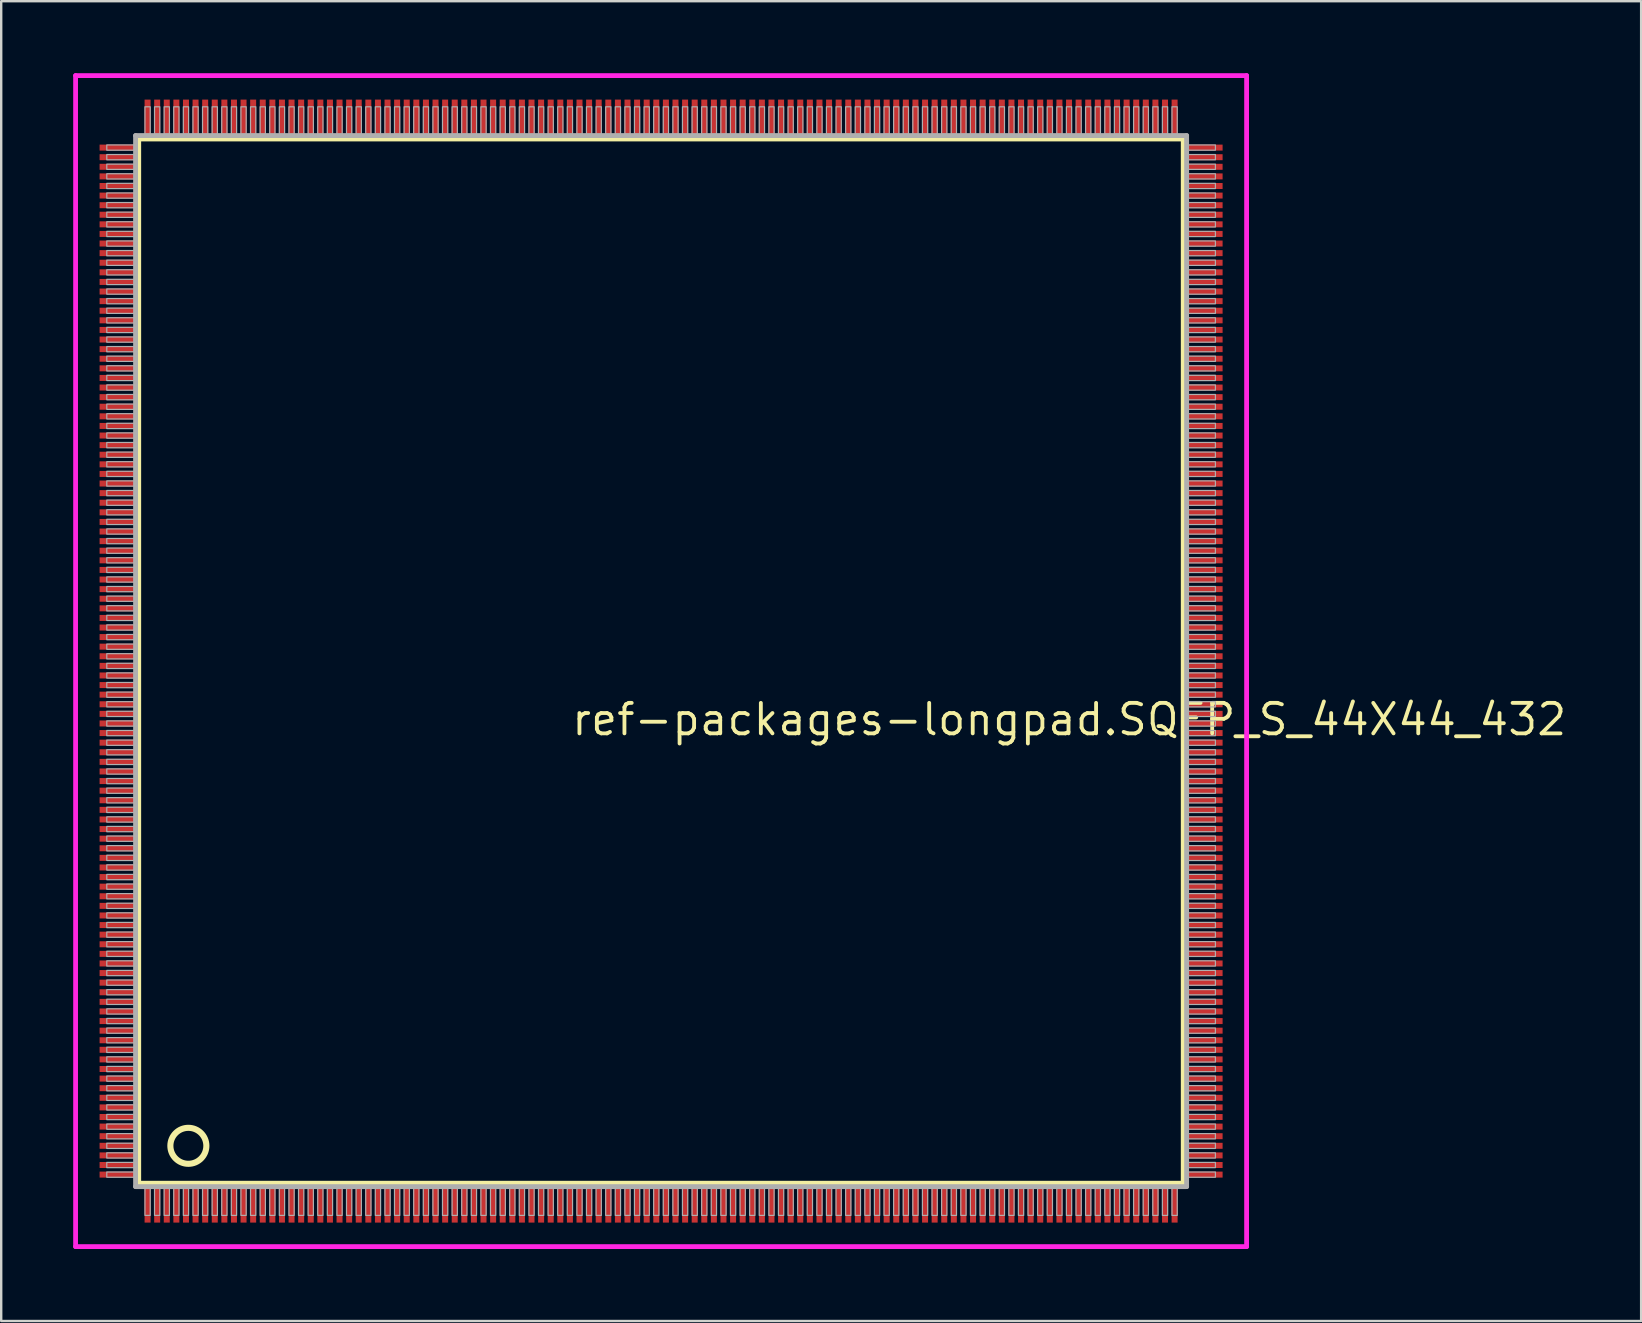
<source format=kicad_pcb>
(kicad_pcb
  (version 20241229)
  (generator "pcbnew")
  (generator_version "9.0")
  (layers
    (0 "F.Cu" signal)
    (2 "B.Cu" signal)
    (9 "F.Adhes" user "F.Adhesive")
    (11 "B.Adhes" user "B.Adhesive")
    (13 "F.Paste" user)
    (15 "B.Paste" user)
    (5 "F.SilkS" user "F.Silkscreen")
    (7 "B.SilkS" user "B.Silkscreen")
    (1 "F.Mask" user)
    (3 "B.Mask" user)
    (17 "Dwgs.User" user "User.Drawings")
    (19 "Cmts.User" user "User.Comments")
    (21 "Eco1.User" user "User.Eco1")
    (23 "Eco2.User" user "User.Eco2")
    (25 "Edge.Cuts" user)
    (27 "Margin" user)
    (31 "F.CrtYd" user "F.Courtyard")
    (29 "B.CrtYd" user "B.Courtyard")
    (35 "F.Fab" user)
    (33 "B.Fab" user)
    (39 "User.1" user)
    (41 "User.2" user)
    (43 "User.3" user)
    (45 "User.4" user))
  (footprint "ref-packages-longpad.SQFP_S_44X44_432"
    (layer "F.Cu")
    (at 24.5 24.5)
    (property "Reference" "ref-packages-longpad.SQFP_S_44X44_432" (at -3.81 3.175 0) (layer "F.SilkS") (effects (font (size 1.27 1.27) (thickness 0.16)) (justify left bottom)))
    (attr smd)
    (fp_line (start -21.77 -21.76) (end 21.76 -21.76) (stroke (width 0.203) (type default)) (layer "F.SilkS"))
    (fp_line (start -21.77 21.76) (end -21.77 -21.76) (stroke (width 0.203) (type default)) (layer "F.SilkS"))
    (fp_line (start 21.76 21.76) (end -21.77 21.76) (stroke (width 0.203) (type default)) (layer "F.SilkS"))
    (fp_line (start 21.76 -21.76) (end 21.76 21.76) (stroke (width 0.203) (type default)) (layer "F.SilkS"))
    (fp_circle (center -19.7 20.2) (end -18.95 20.2) (stroke (width 0.254) (type default)) (fill no) (layer "F.SilkS"))
    (fp_line (start -24.4 -24.4) (end 24.4 -24.4) (stroke (width 0.2) (type default)) (layer "F.CrtYd"))
    (fp_line (start -24.4 24.4) (end -24.4 -24.4) (stroke (width 0.2) (type default)) (layer "F.CrtYd"))
    (fp_line (start 24.4 -24.4) (end 24.4 24.4) (stroke (width 0.2) (type default)) (layer "F.CrtYd"))
    (fp_line (start 24.4 24.4) (end -24.4 24.4) (stroke (width 0.2) (type default)) (layer "F.CrtYd"))
    (fp_line (start -21.9 21.9) (end 21.9 21.9) (stroke (width 0.203) (type default)) (layer "F.Fab"))
    (fp_line (start -21.9 -21.9) (end -21.9 21.9) (stroke (width 0.203) (type default)) (layer "F.Fab"))
    (fp_line (start 21.9 21.9) (end 21.9 -21.9) (stroke (width 0.203) (type default)) (layer "F.Fab"))
    (fp_line (start 21.9 -21.9) (end -21.9 -21.9) (stroke (width 0.203) (type default)) (layer "F.Fab"))
    (fp_rect (start -23.1 -21.29) (end -21.95 -21.51) (stroke (width 0.05) (type default)) (fill no) (layer "F.Fab"))
    (fp_rect (start -23.1 -20.89) (end -21.95 -21.11) (stroke (width 0.05) (type default)) (fill no) (layer "F.Fab"))
    (fp_rect (start -23.1 -20.49) (end -21.95 -20.71) (stroke (width 0.05) (type default)) (fill no) (layer "F.Fab"))
    (fp_rect (start -23.1 -20.09) (end -21.95 -20.31) (stroke (width 0.05) (type default)) (fill no) (layer "F.Fab"))
    (fp_rect (start -23.1 -19.69) (end -21.95 -19.91) (stroke (width 0.05) (type default)) (fill no) (layer "F.Fab"))
    (fp_rect (start -23.1 -19.29) (end -21.95 -19.51) (stroke (width 0.05) (type default)) (fill no) (layer "F.Fab"))
    (fp_rect (start -23.1 -18.89) (end -21.95 -19.11) (stroke (width 0.05) (type default)) (fill no) (layer "F.Fab"))
    (fp_rect (start -23.1 -18.49) (end -21.95 -18.71) (stroke (width 0.05) (type default)) (fill no) (layer "F.Fab"))
    (fp_rect (start -23.1 -18.09) (end -21.95 -18.31) (stroke (width 0.05) (type default)) (fill no) (layer "F.Fab"))
    (fp_rect (start -23.1 -17.69) (end -21.95 -17.91) (stroke (width 0.05) (type default)) (fill no) (layer "F.Fab"))
    (fp_rect (start -23.1 -17.29) (end -21.95 -17.51) (stroke (width 0.05) (type default)) (fill no) (layer "F.Fab"))
    (fp_rect (start -23.1 -16.89) (end -21.95 -17.11) (stroke (width 0.05) (type default)) (fill no) (layer "F.Fab"))
    (fp_rect (start -23.1 -16.49) (end -21.95 -16.71) (stroke (width 0.05) (type default)) (fill no) (layer "F.Fab"))
    (fp_rect (start -23.1 -16.09) (end -21.95 -16.31) (stroke (width 0.05) (type default)) (fill no) (layer "F.Fab"))
    (fp_rect (start -23.1 -15.69) (end -21.95 -15.91) (stroke (width 0.05) (type default)) (fill no) (layer "F.Fab"))
    (fp_rect (start -23.1 -15.29) (end -21.95 -15.51) (stroke (width 0.05) (type default)) (fill no) (layer "F.Fab"))
    (fp_rect (start -23.1 -14.89) (end -21.95 -15.11) (stroke (width 0.05) (type default)) (fill no) (layer "F.Fab"))
    (fp_rect (start -23.1 -14.49) (end -21.95 -14.71) (stroke (width 0.05) (type default)) (fill no) (layer "F.Fab"))
    (fp_rect (start -23.1 -14.09) (end -21.95 -14.31) (stroke (width 0.05) (type default)) (fill no) (layer "F.Fab"))
    (fp_rect (start -23.1 -13.69) (end -21.95 -13.91) (stroke (width 0.05) (type default)) (fill no) (layer "F.Fab"))
    (fp_rect (start -23.1 -13.29) (end -21.95 -13.51) (stroke (width 0.05) (type default)) (fill no) (layer "F.Fab"))
    (fp_rect (start -23.1 -12.89) (end -21.95 -13.11) (stroke (width 0.05) (type default)) (fill no) (layer "F.Fab"))
    (fp_rect (start -23.1 -12.49) (end -21.95 -12.71) (stroke (width 0.05) (type default)) (fill no) (layer "F.Fab"))
    (fp_rect (start -23.1 -12.09) (end -21.95 -12.31) (stroke (width 0.05) (type default)) (fill no) (layer "F.Fab"))
    (fp_rect (start -23.1 -11.69) (end -21.95 -11.91) (stroke (width 0.05) (type default)) (fill no) (layer "F.Fab"))
    (fp_rect (start -23.1 -11.29) (end -21.95 -11.51) (stroke (width 0.05) (type default)) (fill no) (layer "F.Fab"))
    (fp_rect (start -23.1 -10.89) (end -21.95 -11.11) (stroke (width 0.05) (type default)) (fill no) (layer "F.Fab"))
    (fp_rect (start -23.1 -10.49) (end -21.95 -10.71) (stroke (width 0.05) (type default)) (fill no) (layer "F.Fab"))
    (fp_rect (start -23.1 -10.09) (end -21.95 -10.31) (stroke (width 0.05) (type default)) (fill no) (layer "F.Fab"))
    (fp_rect (start -23.1 -9.69) (end -21.95 -9.91) (stroke (width 0.05) (type default)) (fill no) (layer "F.Fab"))
    (fp_rect (start -23.1 -9.29) (end -21.95 -9.51) (stroke (width 0.05) (type default)) (fill no) (layer "F.Fab"))
    (fp_rect (start -23.1 -8.89) (end -21.95 -9.11) (stroke (width 0.05) (type default)) (fill no) (layer "F.Fab"))
    (fp_rect (start -23.1 -8.49) (end -21.95 -8.71) (stroke (width 0.05) (type default)) (fill no) (layer "F.Fab"))
    (fp_rect (start -23.1 -8.09) (end -21.95 -8.31) (stroke (width 0.05) (type default)) (fill no) (layer "F.Fab"))
    (fp_rect (start -23.1 -7.69) (end -21.95 -7.91) (stroke (width 0.05) (type default)) (fill no) (layer "F.Fab"))
    (fp_rect (start -23.1 -7.29) (end -21.95 -7.51) (stroke (width 0.05) (type default)) (fill no) (layer "F.Fab"))
    (fp_rect (start -23.1 -6.89) (end -21.95 -7.11) (stroke (width 0.05) (type default)) (fill no) (layer "F.Fab"))
    (fp_rect (start -23.1 -6.49) (end -21.95 -6.71) (stroke (width 0.05) (type default)) (fill no) (layer "F.Fab"))
    (fp_rect (start -23.1 -6.09) (end -21.95 -6.31) (stroke (width 0.05) (type default)) (fill no) (layer "F.Fab"))
    (fp_rect (start -23.1 -5.69) (end -21.95 -5.91) (stroke (width 0.05) (type default)) (fill no) (layer "F.Fab"))
    (fp_rect (start -23.1 -5.29) (end -21.95 -5.51) (stroke (width 0.05) (type default)) (fill no) (layer "F.Fab"))
    (fp_rect (start -23.1 -4.89) (end -21.95 -5.11) (stroke (width 0.05) (type default)) (fill no) (layer "F.Fab"))
    (fp_rect (start -23.1 -4.49) (end -21.95 -4.71) (stroke (width 0.05) (type default)) (fill no) (layer "F.Fab"))
    (fp_rect (start -23.1 -4.09) (end -21.95 -4.31) (stroke (width 0.05) (type default)) (fill no) (layer "F.Fab"))
    (fp_rect (start -23.1 -3.69) (end -21.95 -3.91) (stroke (width 0.05) (type default)) (fill no) (layer "F.Fab"))
    (fp_rect (start -23.1 -3.29) (end -21.95 -3.51) (stroke (width 0.05) (type default)) (fill no) (layer "F.Fab"))
    (fp_rect (start -23.1 -2.89) (end -21.95 -3.11) (stroke (width 0.05) (type default)) (fill no) (layer "F.Fab"))
    (fp_rect (start -23.1 -2.49) (end -21.95 -2.71) (stroke (width 0.05) (type default)) (fill no) (layer "F.Fab"))
    (fp_rect (start -23.1 -2.09) (end -21.95 -2.31) (stroke (width 0.05) (type default)) (fill no) (layer "F.Fab"))
    (fp_rect (start -23.1 -1.69) (end -21.95 -1.91) (stroke (width 0.05) (type default)) (fill no) (layer "F.Fab"))
    (fp_rect (start -23.1 -1.29) (end -21.95 -1.51) (stroke (width 0.05) (type default)) (fill no) (layer "F.Fab"))
    (fp_rect (start -23.1 -0.89) (end -21.95 -1.11) (stroke (width 0.05) (type default)) (fill no) (layer "F.Fab"))
    (fp_rect (start -23.1 -0.49) (end -21.95 -0.71) (stroke (width 0.05) (type default)) (fill no) (layer "F.Fab"))
    (fp_rect (start -23.1 -0.09) (end -21.95 -0.31) (stroke (width 0.05) (type default)) (fill no) (layer "F.Fab"))
    (fp_rect (start -23.1 0.31) (end -21.95 0.09) (stroke (width 0.05) (type default)) (fill no) (layer "F.Fab"))
    (fp_rect (start -23.1 0.71) (end -21.95 0.49) (stroke (width 0.05) (type default)) (fill no) (layer "F.Fab"))
    (fp_rect (start -23.1 1.11) (end -21.95 0.89) (stroke (width 0.05) (type default)) (fill no) (layer "F.Fab"))
    (fp_rect (start -23.1 1.51) (end -21.95 1.29) (stroke (width 0.05) (type default)) (fill no) (layer "F.Fab"))
    (fp_rect (start -23.1 1.91) (end -21.95 1.69) (stroke (width 0.05) (type default)) (fill no) (layer "F.Fab"))
    (fp_rect (start -23.1 2.31) (end -21.95 2.09) (stroke (width 0.05) (type default)) (fill no) (layer "F.Fab"))
    (fp_rect (start -23.1 2.71) (end -21.95 2.49) (stroke (width 0.05) (type default)) (fill no) (layer "F.Fab"))
    (fp_rect (start -23.1 3.11) (end -21.95 2.89) (stroke (width 0.05) (type default)) (fill no) (layer "F.Fab"))
    (fp_rect (start -23.1 3.51) (end -21.95 3.29) (stroke (width 0.05) (type default)) (fill no) (layer "F.Fab"))
    (fp_rect (start -23.1 3.91) (end -21.95 3.69) (stroke (width 0.05) (type default)) (fill no) (layer "F.Fab"))
    (fp_rect (start -23.1 4.31) (end -21.95 4.09) (stroke (width 0.05) (type default)) (fill no) (layer "F.Fab"))
    (fp_rect (start -23.1 4.71) (end -21.95 4.49) (stroke (width 0.05) (type default)) (fill no) (layer "F.Fab"))
    (fp_rect (start -23.1 5.11) (end -21.95 4.89) (stroke (width 0.05) (type default)) (fill no) (layer "F.Fab"))
    (fp_rect (start -23.1 5.51) (end -21.95 5.29) (stroke (width 0.05) (type default)) (fill no) (layer "F.Fab"))
    (fp_rect (start -23.1 5.91) (end -21.95 5.69) (stroke (width 0.05) (type default)) (fill no) (layer "F.Fab"))
    (fp_rect (start -23.1 6.31) (end -21.95 6.09) (stroke (width 0.05) (type default)) (fill no) (layer "F.Fab"))
    (fp_rect (start -23.1 6.71) (end -21.95 6.49) (stroke (width 0.05) (type default)) (fill no) (layer "F.Fab"))
    (fp_rect (start -23.1 7.11) (end -21.95 6.89) (stroke (width 0.05) (type default)) (fill no) (layer "F.Fab"))
    (fp_rect (start -23.1 7.51) (end -21.95 7.29) (stroke (width 0.05) (type default)) (fill no) (layer "F.Fab"))
    (fp_rect (start -23.1 7.91) (end -21.95 7.69) (stroke (width 0.05) (type default)) (fill no) (layer "F.Fab"))
    (fp_rect (start -23.1 8.31) (end -21.95 8.09) (stroke (width 0.05) (type default)) (fill no) (layer "F.Fab"))
    (fp_rect (start -23.1 8.71) (end -21.95 8.49) (stroke (width 0.05) (type default)) (fill no) (layer "F.Fab"))
    (fp_rect (start -23.1 9.11) (end -21.95 8.89) (stroke (width 0.05) (type default)) (fill no) (layer "F.Fab"))
    (fp_rect (start -23.1 9.51) (end -21.95 9.29) (stroke (width 0.05) (type default)) (fill no) (layer "F.Fab"))
    (fp_rect (start -23.1 9.91) (end -21.95 9.69) (stroke (width 0.05) (type default)) (fill no) (layer "F.Fab"))
    (fp_rect (start -23.1 10.31) (end -21.95 10.09) (stroke (width 0.05) (type default)) (fill no) (layer "F.Fab"))
    (fp_rect (start -23.1 10.71) (end -21.95 10.49) (stroke (width 0.05) (type default)) (fill no) (layer "F.Fab"))
    (fp_rect (start -23.1 11.11) (end -21.95 10.89) (stroke (width 0.05) (type default)) (fill no) (layer "F.Fab"))
    (fp_rect (start -23.1 11.51) (end -21.95 11.29) (stroke (width 0.05) (type default)) (fill no) (layer "F.Fab"))
    (fp_rect (start -23.1 11.91) (end -21.95 11.69) (stroke (width 0.05) (type default)) (fill no) (layer "F.Fab"))
    (fp_rect (start -23.1 12.31) (end -21.95 12.09) (stroke (width 0.05) (type default)) (fill no) (layer "F.Fab"))
    (fp_rect (start -23.1 12.71) (end -21.95 12.49) (stroke (width 0.05) (type default)) (fill no) (layer "F.Fab"))
    (fp_rect (start -23.1 13.11) (end -21.95 12.89) (stroke (width 0.05) (type default)) (fill no) (layer "F.Fab"))
    (fp_rect (start -23.1 13.51) (end -21.95 13.29) (stroke (width 0.05) (type default)) (fill no) (layer "F.Fab"))
    (fp_rect (start -23.1 13.91) (end -21.95 13.69) (stroke (width 0.05) (type default)) (fill no) (layer "F.Fab"))
    (fp_rect (start -23.1 14.31) (end -21.95 14.09) (stroke (width 0.05) (type default)) (fill no) (layer "F.Fab"))
    (fp_rect (start -23.1 14.71) (end -21.95 14.49) (stroke (width 0.05) (type default)) (fill no) (layer "F.Fab"))
    (fp_rect (start -23.1 15.11) (end -21.95 14.89) (stroke (width 0.05) (type default)) (fill no) (layer "F.Fab"))
    (fp_rect (start -23.1 15.51) (end -21.95 15.29) (stroke (width 0.05) (type default)) (fill no) (layer "F.Fab"))
    (fp_rect (start -23.1 15.91) (end -21.95 15.69) (stroke (width 0.05) (type default)) (fill no) (layer "F.Fab"))
    (fp_rect (start -23.1 16.31) (end -21.95 16.09) (stroke (width 0.05) (type default)) (fill no) (layer "F.Fab"))
    (fp_rect (start -23.1 16.71) (end -21.95 16.49) (stroke (width 0.05) (type default)) (fill no) (layer "F.Fab"))
    (fp_rect (start -23.1 17.11) (end -21.95 16.89) (stroke (width 0.05) (type default)) (fill no) (layer "F.Fab"))
    (fp_rect (start -23.1 17.51) (end -21.95 17.29) (stroke (width 0.05) (type default)) (fill no) (layer "F.Fab"))
    (fp_rect (start -23.1 17.91) (end -21.95 17.69) (stroke (width 0.05) (type default)) (fill no) (layer "F.Fab"))
    (fp_rect (start -23.1 18.31) (end -21.95 18.09) (stroke (width 0.05) (type default)) (fill no) (layer "F.Fab"))
    (fp_rect (start -23.1 18.71) (end -21.95 18.49) (stroke (width 0.05) (type default)) (fill no) (layer "F.Fab"))
    (fp_rect (start -23.1 19.11) (end -21.95 18.89) (stroke (width 0.05) (type default)) (fill no) (layer "F.Fab"))
    (fp_rect (start -23.1 19.51) (end -21.95 19.29) (stroke (width 0.05) (type default)) (fill no) (layer "F.Fab"))
    (fp_rect (start -23.1 19.91) (end -21.95 19.69) (stroke (width 0.05) (type default)) (fill no) (layer "F.Fab"))
    (fp_rect (start -23.1 20.31) (end -21.95 20.09) (stroke (width 0.05) (type default)) (fill no) (layer "F.Fab"))
    (fp_rect (start -23.1 20.71) (end -21.95 20.49) (stroke (width 0.05) (type default)) (fill no) (layer "F.Fab"))
    (fp_rect (start -23.1 21.11) (end -21.95 20.89) (stroke (width 0.05) (type default)) (fill no) (layer "F.Fab"))
    (fp_rect (start -23.1 21.51) (end -21.95 21.29) (stroke (width 0.05) (type default)) (fill no) (layer "F.Fab"))
    (fp_rect (start -21.51 -21.95) (end -21.29 -23.1) (stroke (width 0.05) (type default)) (fill no) (layer "F.Fab"))
    (fp_rect (start -21.51 23.1) (end -21.29 21.95) (stroke (width 0.05) (type default)) (fill no) (layer "F.Fab"))
    (fp_rect (start -21.11 -21.95) (end -20.89 -23.1) (stroke (width 0.05) (type default)) (fill no) (layer "F.Fab"))
    (fp_rect (start -21.11 23.1) (end -20.89 21.95) (stroke (width 0.05) (type default)) (fill no) (layer "F.Fab"))
    (fp_rect (start -20.71 -21.95) (end -20.49 -23.1) (stroke (width 0.05) (type default)) (fill no) (layer "F.Fab"))
    (fp_rect (start -20.71 23.1) (end -20.49 21.95) (stroke (width 0.05) (type default)) (fill no) (layer "F.Fab"))
    (fp_rect (start -20.31 -21.95) (end -20.09 -23.1) (stroke (width 0.05) (type default)) (fill no) (layer "F.Fab"))
    (fp_rect (start -20.31 23.1) (end -20.09 21.95) (stroke (width 0.05) (type default)) (fill no) (layer "F.Fab"))
    (fp_rect (start -19.91 -21.95) (end -19.69 -23.1) (stroke (width 0.05) (type default)) (fill no) (layer "F.Fab"))
    (fp_rect (start -19.91 23.1) (end -19.69 21.95) (stroke (width 0.05) (type default)) (fill no) (layer "F.Fab"))
    (fp_rect (start -19.51 -21.95) (end -19.29 -23.1) (stroke (width 0.05) (type default)) (fill no) (layer "F.Fab"))
    (fp_rect (start -19.51 23.1) (end -19.29 21.95) (stroke (width 0.05) (type default)) (fill no) (layer "F.Fab"))
    (fp_rect (start -19.11 -21.95) (end -18.89 -23.1) (stroke (width 0.05) (type default)) (fill no) (layer "F.Fab"))
    (fp_rect (start -19.11 23.1) (end -18.89 21.95) (stroke (width 0.05) (type default)) (fill no) (layer "F.Fab"))
    (fp_rect (start -18.71 -21.95) (end -18.49 -23.1) (stroke (width 0.05) (type default)) (fill no) (layer "F.Fab"))
    (fp_rect (start -18.71 23.1) (end -18.49 21.95) (stroke (width 0.05) (type default)) (fill no) (layer "F.Fab"))
    (fp_rect (start -18.31 -21.95) (end -18.09 -23.1) (stroke (width 0.05) (type default)) (fill no) (layer "F.Fab"))
    (fp_rect (start -18.31 23.1) (end -18.09 21.95) (stroke (width 0.05) (type default)) (fill no) (layer "F.Fab"))
    (fp_rect (start -17.91 -21.95) (end -17.69 -23.1) (stroke (width 0.05) (type default)) (fill no) (layer "F.Fab"))
    (fp_rect (start -17.91 23.1) (end -17.69 21.95) (stroke (width 0.05) (type default)) (fill no) (layer "F.Fab"))
    (fp_rect (start -17.51 -21.95) (end -17.29 -23.1) (stroke (width 0.05) (type default)) (fill no) (layer "F.Fab"))
    (fp_rect (start -17.51 23.1) (end -17.29 21.95) (stroke (width 0.05) (type default)) (fill no) (layer "F.Fab"))
    (fp_rect (start -17.11 -21.95) (end -16.89 -23.1) (stroke (width 0.05) (type default)) (fill no) (layer "F.Fab"))
    (fp_rect (start -17.11 23.1) (end -16.89 21.95) (stroke (width 0.05) (type default)) (fill no) (layer "F.Fab"))
    (fp_rect (start -16.71 -21.95) (end -16.49 -23.1) (stroke (width 0.05) (type default)) (fill no) (layer "F.Fab"))
    (fp_rect (start -16.71 23.1) (end -16.49 21.95) (stroke (width 0.05) (type default)) (fill no) (layer "F.Fab"))
    (fp_rect (start -16.31 -21.95) (end -16.09 -23.1) (stroke (width 0.05) (type default)) (fill no) (layer "F.Fab"))
    (fp_rect (start -16.31 23.1) (end -16.09 21.95) (stroke (width 0.05) (type default)) (fill no) (layer "F.Fab"))
    (fp_rect (start -15.91 -21.95) (end -15.69 -23.1) (stroke (width 0.05) (type default)) (fill no) (layer "F.Fab"))
    (fp_rect (start -15.91 23.1) (end -15.69 21.95) (stroke (width 0.05) (type default)) (fill no) (layer "F.Fab"))
    (fp_rect (start -15.51 -21.95) (end -15.29 -23.1) (stroke (width 0.05) (type default)) (fill no) (layer "F.Fab"))
    (fp_rect (start -15.51 23.1) (end -15.29 21.95) (stroke (width 0.05) (type default)) (fill no) (layer "F.Fab"))
    (fp_rect (start -15.11 -21.95) (end -14.89 -23.1) (stroke (width 0.05) (type default)) (fill no) (layer "F.Fab"))
    (fp_rect (start -15.11 23.1) (end -14.89 21.95) (stroke (width 0.05) (type default)) (fill no) (layer "F.Fab"))
    (fp_rect (start -14.71 -21.95) (end -14.49 -23.1) (stroke (width 0.05) (type default)) (fill no) (layer "F.Fab"))
    (fp_rect (start -14.71 23.1) (end -14.49 21.95) (stroke (width 0.05) (type default)) (fill no) (layer "F.Fab"))
    (fp_rect (start -14.31 -21.95) (end -14.09 -23.1) (stroke (width 0.05) (type default)) (fill no) (layer "F.Fab"))
    (fp_rect (start -14.31 23.1) (end -14.09 21.95) (stroke (width 0.05) (type default)) (fill no) (layer "F.Fab"))
    (fp_rect (start -13.91 -21.95) (end -13.69 -23.1) (stroke (width 0.05) (type default)) (fill no) (layer "F.Fab"))
    (fp_rect (start -13.91 23.1) (end -13.69 21.95) (stroke (width 0.05) (type default)) (fill no) (layer "F.Fab"))
    (fp_rect (start -13.51 -21.95) (end -13.29 -23.1) (stroke (width 0.05) (type default)) (fill no) (layer "F.Fab"))
    (fp_rect (start -13.51 23.1) (end -13.29 21.95) (stroke (width 0.05) (type default)) (fill no) (layer "F.Fab"))
    (fp_rect (start -13.11 -21.95) (end -12.89 -23.1) (stroke (width 0.05) (type default)) (fill no) (layer "F.Fab"))
    (fp_rect (start -13.11 23.1) (end -12.89 21.95) (stroke (width 0.05) (type default)) (fill no) (layer "F.Fab"))
    (fp_rect (start -12.71 -21.95) (end -12.49 -23.1) (stroke (width 0.05) (type default)) (fill no) (layer "F.Fab"))
    (fp_rect (start -12.71 23.1) (end -12.49 21.95) (stroke (width 0.05) (type default)) (fill no) (layer "F.Fab"))
    (fp_rect (start -12.31 -21.95) (end -12.09 -23.1) (stroke (width 0.05) (type default)) (fill no) (layer "F.Fab"))
    (fp_rect (start -12.31 23.1) (end -12.09 21.95) (stroke (width 0.05) (type default)) (fill no) (layer "F.Fab"))
    (fp_rect (start -11.91 -21.95) (end -11.69 -23.1) (stroke (width 0.05) (type default)) (fill no) (layer "F.Fab"))
    (fp_rect (start -11.91 23.1) (end -11.69 21.95) (stroke (width 0.05) (type default)) (fill no) (layer "F.Fab"))
    (fp_rect (start -11.51 -21.95) (end -11.29 -23.1) (stroke (width 0.05) (type default)) (fill no) (layer "F.Fab"))
    (fp_rect (start -11.51 23.1) (end -11.29 21.95) (stroke (width 0.05) (type default)) (fill no) (layer "F.Fab"))
    (fp_rect (start -11.11 -21.95) (end -10.89 -23.1) (stroke (width 0.05) (type default)) (fill no) (layer "F.Fab"))
    (fp_rect (start -11.11 23.1) (end -10.89 21.95) (stroke (width 0.05) (type default)) (fill no) (layer "F.Fab"))
    (fp_rect (start -10.71 -21.95) (end -10.49 -23.1) (stroke (width 0.05) (type default)) (fill no) (layer "F.Fab"))
    (fp_rect (start -10.71 23.1) (end -10.49 21.95) (stroke (width 0.05) (type default)) (fill no) (layer "F.Fab"))
    (fp_rect (start -10.31 -21.95) (end -10.09 -23.1) (stroke (width 0.05) (type default)) (fill no) (layer "F.Fab"))
    (fp_rect (start -10.31 23.1) (end -10.09 21.95) (stroke (width 0.05) (type default)) (fill no) (layer "F.Fab"))
    (fp_rect (start -9.91 -21.95) (end -9.69 -23.1) (stroke (width 0.05) (type default)) (fill no) (layer "F.Fab"))
    (fp_rect (start -9.91 23.1) (end -9.69 21.95) (stroke (width 0.05) (type default)) (fill no) (layer "F.Fab"))
    (fp_rect (start -9.51 -21.95) (end -9.29 -23.1) (stroke (width 0.05) (type default)) (fill no) (layer "F.Fab"))
    (fp_rect (start -9.51 23.1) (end -9.29 21.95) (stroke (width 0.05) (type default)) (fill no) (layer "F.Fab"))
    (fp_rect (start -9.11 -21.95) (end -8.89 -23.1) (stroke (width 0.05) (type default)) (fill no) (layer "F.Fab"))
    (fp_rect (start -9.11 23.1) (end -8.89 21.95) (stroke (width 0.05) (type default)) (fill no) (layer "F.Fab"))
    (fp_rect (start -8.71 -21.95) (end -8.49 -23.1) (stroke (width 0.05) (type default)) (fill no) (layer "F.Fab"))
    (fp_rect (start -8.71 23.1) (end -8.49 21.95) (stroke (width 0.05) (type default)) (fill no) (layer "F.Fab"))
    (fp_rect (start -8.31 -21.95) (end -8.09 -23.1) (stroke (width 0.05) (type default)) (fill no) (layer "F.Fab"))
    (fp_rect (start -8.31 23.1) (end -8.09 21.95) (stroke (width 0.05) (type default)) (fill no) (layer "F.Fab"))
    (fp_rect (start -7.91 -21.95) (end -7.69 -23.1) (stroke (width 0.05) (type default)) (fill no) (layer "F.Fab"))
    (fp_rect (start -7.91 23.1) (end -7.69 21.95) (stroke (width 0.05) (type default)) (fill no) (layer "F.Fab"))
    (fp_rect (start -7.51 -21.95) (end -7.29 -23.1) (stroke (width 0.05) (type default)) (fill no) (layer "F.Fab"))
    (fp_rect (start -7.51 23.1) (end -7.29 21.95) (stroke (width 0.05) (type default)) (fill no) (layer "F.Fab"))
    (fp_rect (start -7.11 -21.95) (end -6.89 -23.1) (stroke (width 0.05) (type default)) (fill no) (layer "F.Fab"))
    (fp_rect (start -7.11 23.1) (end -6.89 21.95) (stroke (width 0.05) (type default)) (fill no) (layer "F.Fab"))
    (fp_rect (start -6.71 -21.95) (end -6.49 -23.1) (stroke (width 0.05) (type default)) (fill no) (layer "F.Fab"))
    (fp_rect (start -6.71 23.1) (end -6.49 21.95) (stroke (width 0.05) (type default)) (fill no) (layer "F.Fab"))
    (fp_rect (start -6.31 -21.95) (end -6.09 -23.1) (stroke (width 0.05) (type default)) (fill no) (layer "F.Fab"))
    (fp_rect (start -6.31 23.1) (end -6.09 21.95) (stroke (width 0.05) (type default)) (fill no) (layer "F.Fab"))
    (fp_rect (start -5.91 -21.95) (end -5.69 -23.1) (stroke (width 0.05) (type default)) (fill no) (layer "F.Fab"))
    (fp_rect (start -5.91 23.1) (end -5.69 21.95) (stroke (width 0.05) (type default)) (fill no) (layer "F.Fab"))
    (fp_rect (start -5.51 -21.95) (end -5.29 -23.1) (stroke (width 0.05) (type default)) (fill no) (layer "F.Fab"))
    (fp_rect (start -5.51 23.1) (end -5.29 21.95) (stroke (width 0.05) (type default)) (fill no) (layer "F.Fab"))
    (fp_rect (start -5.11 -21.95) (end -4.89 -23.1) (stroke (width 0.05) (type default)) (fill no) (layer "F.Fab"))
    (fp_rect (start -5.11 23.1) (end -4.89 21.95) (stroke (width 0.05) (type default)) (fill no) (layer "F.Fab"))
    (fp_rect (start -4.71 -21.95) (end -4.49 -23.1) (stroke (width 0.05) (type default)) (fill no) (layer "F.Fab"))
    (fp_rect (start -4.71 23.1) (end -4.49 21.95) (stroke (width 0.05) (type default)) (fill no) (layer "F.Fab"))
    (fp_rect (start -4.31 -21.95) (end -4.09 -23.1) (stroke (width 0.05) (type default)) (fill no) (layer "F.Fab"))
    (fp_rect (start -4.31 23.1) (end -4.09 21.95) (stroke (width 0.05) (type default)) (fill no) (layer "F.Fab"))
    (fp_rect (start -3.91 -21.95) (end -3.69 -23.1) (stroke (width 0.05) (type default)) (fill no) (layer "F.Fab"))
    (fp_rect (start -3.91 23.1) (end -3.69 21.95) (stroke (width 0.05) (type default)) (fill no) (layer "F.Fab"))
    (fp_rect (start -3.51 -21.95) (end -3.29 -23.1) (stroke (width 0.05) (type default)) (fill no) (layer "F.Fab"))
    (fp_rect (start -3.51 23.1) (end -3.29 21.95) (stroke (width 0.05) (type default)) (fill no) (layer "F.Fab"))
    (fp_rect (start -3.11 -21.95) (end -2.89 -23.1) (stroke (width 0.05) (type default)) (fill no) (layer "F.Fab"))
    (fp_rect (start -3.11 23.1) (end -2.89 21.95) (stroke (width 0.05) (type default)) (fill no) (layer "F.Fab"))
    (fp_rect (start -2.71 -21.95) (end -2.49 -23.1) (stroke (width 0.05) (type default)) (fill no) (layer "F.Fab"))
    (fp_rect (start -2.71 23.1) (end -2.49 21.95) (stroke (width 0.05) (type default)) (fill no) (layer "F.Fab"))
    (fp_rect (start -2.31 -21.95) (end -2.09 -23.1) (stroke (width 0.05) (type default)) (fill no) (layer "F.Fab"))
    (fp_rect (start -2.31 23.1) (end -2.09 21.95) (stroke (width 0.05) (type default)) (fill no) (layer "F.Fab"))
    (fp_rect (start -1.91 -21.95) (end -1.69 -23.1) (stroke (width 0.05) (type default)) (fill no) (layer "F.Fab"))
    (fp_rect (start -1.91 23.1) (end -1.69 21.95) (stroke (width 0.05) (type default)) (fill no) (layer "F.Fab"))
    (fp_rect (start -1.51 -21.95) (end -1.29 -23.1) (stroke (width 0.05) (type default)) (fill no) (layer "F.Fab"))
    (fp_rect (start -1.51 23.1) (end -1.29 21.95) (stroke (width 0.05) (type default)) (fill no) (layer "F.Fab"))
    (fp_rect (start -1.11 -21.95) (end -0.89 -23.1) (stroke (width 0.05) (type default)) (fill no) (layer "F.Fab"))
    (fp_rect (start -1.11 23.1) (end -0.89 21.95) (stroke (width 0.05) (type default)) (fill no) (layer "F.Fab"))
    (fp_rect (start -0.71 -21.95) (end -0.49 -23.1) (stroke (width 0.05) (type default)) (fill no) (layer "F.Fab"))
    (fp_rect (start -0.71 23.1) (end -0.49 21.95) (stroke (width 0.05) (type default)) (fill no) (layer "F.Fab"))
    (fp_rect (start -0.31 -21.95) (end -0.09 -23.1) (stroke (width 0.05) (type default)) (fill no) (layer "F.Fab"))
    (fp_rect (start -0.31 23.1) (end -0.09 21.95) (stroke (width 0.05) (type default)) (fill no) (layer "F.Fab"))
    (fp_rect (start 0.09 -21.95) (end 0.31 -23.1) (stroke (width 0.05) (type default)) (fill no) (layer "F.Fab"))
    (fp_rect (start 0.09 23.1) (end 0.31 21.95) (stroke (width 0.05) (type default)) (fill no) (layer "F.Fab"))
    (fp_rect (start 0.49 -21.95) (end 0.71 -23.1) (stroke (width 0.05) (type default)) (fill no) (layer "F.Fab"))
    (fp_rect (start 0.49 23.1) (end 0.71 21.95) (stroke (width 0.05) (type default)) (fill no) (layer "F.Fab"))
    (fp_rect (start 0.89 -21.95) (end 1.11 -23.1) (stroke (width 0.05) (type default)) (fill no) (layer "F.Fab"))
    (fp_rect (start 0.89 23.1) (end 1.11 21.95) (stroke (width 0.05) (type default)) (fill no) (layer "F.Fab"))
    (fp_rect (start 1.29 -21.95) (end 1.51 -23.1) (stroke (width 0.05) (type default)) (fill no) (layer "F.Fab"))
    (fp_rect (start 1.29 23.1) (end 1.51 21.95) (stroke (width 0.05) (type default)) (fill no) (layer "F.Fab"))
    (fp_rect (start 1.69 -21.95) (end 1.91 -23.1) (stroke (width 0.05) (type default)) (fill no) (layer "F.Fab"))
    (fp_rect (start 1.69 23.1) (end 1.91 21.95) (stroke (width 0.05) (type default)) (fill no) (layer "F.Fab"))
    (fp_rect (start 2.09 -21.95) (end 2.31 -23.1) (stroke (width 0.05) (type default)) (fill no) (layer "F.Fab"))
    (fp_rect (start 2.09 23.1) (end 2.31 21.95) (stroke (width 0.05) (type default)) (fill no) (layer "F.Fab"))
    (fp_rect (start 2.49 -21.95) (end 2.71 -23.1) (stroke (width 0.05) (type default)) (fill no) (layer "F.Fab"))
    (fp_rect (start 2.49 23.1) (end 2.71 21.95) (stroke (width 0.05) (type default)) (fill no) (layer "F.Fab"))
    (fp_rect (start 2.89 -21.95) (end 3.11 -23.1) (stroke (width 0.05) (type default)) (fill no) (layer "F.Fab"))
    (fp_rect (start 2.89 23.1) (end 3.11 21.95) (stroke (width 0.05) (type default)) (fill no) (layer "F.Fab"))
    (fp_rect (start 3.29 -21.95) (end 3.51 -23.1) (stroke (width 0.05) (type default)) (fill no) (layer "F.Fab"))
    (fp_rect (start 3.29 23.1) (end 3.51 21.95) (stroke (width 0.05) (type default)) (fill no) (layer "F.Fab"))
    (fp_rect (start 3.69 -21.95) (end 3.91 -23.1) (stroke (width 0.05) (type default)) (fill no) (layer "F.Fab"))
    (fp_rect (start 3.69 23.1) (end 3.91 21.95) (stroke (width 0.05) (type default)) (fill no) (layer "F.Fab"))
    (fp_rect (start 4.09 -21.95) (end 4.31 -23.1) (stroke (width 0.05) (type default)) (fill no) (layer "F.Fab"))
    (fp_rect (start 4.09 23.1) (end 4.31 21.95) (stroke (width 0.05) (type default)) (fill no) (layer "F.Fab"))
    (fp_rect (start 4.49 -21.95) (end 4.71 -23.1) (stroke (width 0.05) (type default)) (fill no) (layer "F.Fab"))
    (fp_rect (start 4.49 23.1) (end 4.71 21.95) (stroke (width 0.05) (type default)) (fill no) (layer "F.Fab"))
    (fp_rect (start 4.89 -21.95) (end 5.11 -23.1) (stroke (width 0.05) (type default)) (fill no) (layer "F.Fab"))
    (fp_rect (start 4.89 23.1) (end 5.11 21.95) (stroke (width 0.05) (type default)) (fill no) (layer "F.Fab"))
    (fp_rect (start 5.29 -21.95) (end 5.51 -23.1) (stroke (width 0.05) (type default)) (fill no) (layer "F.Fab"))
    (fp_rect (start 5.29 23.1) (end 5.51 21.95) (stroke (width 0.05) (type default)) (fill no) (layer "F.Fab"))
    (fp_rect (start 5.69 -21.95) (end 5.91 -23.1) (stroke (width 0.05) (type default)) (fill no) (layer "F.Fab"))
    (fp_rect (start 5.69 23.1) (end 5.91 21.95) (stroke (width 0.05) (type default)) (fill no) (layer "F.Fab"))
    (fp_rect (start 6.09 -21.95) (end 6.31 -23.1) (stroke (width 0.05) (type default)) (fill no) (layer "F.Fab"))
    (fp_rect (start 6.09 23.1) (end 6.31 21.95) (stroke (width 0.05) (type default)) (fill no) (layer "F.Fab"))
    (fp_rect (start 6.49 -21.95) (end 6.71 -23.1) (stroke (width 0.05) (type default)) (fill no) (layer "F.Fab"))
    (fp_rect (start 6.49 23.1) (end 6.71 21.95) (stroke (width 0.05) (type default)) (fill no) (layer "F.Fab"))
    (fp_rect (start 6.89 -21.95) (end 7.11 -23.1) (stroke (width 0.05) (type default)) (fill no) (layer "F.Fab"))
    (fp_rect (start 6.89 23.1) (end 7.11 21.95) (stroke (width 0.05) (type default)) (fill no) (layer "F.Fab"))
    (fp_rect (start 7.29 -21.95) (end 7.51 -23.1) (stroke (width 0.05) (type default)) (fill no) (layer "F.Fab"))
    (fp_rect (start 7.29 23.1) (end 7.51 21.95) (stroke (width 0.05) (type default)) (fill no) (layer "F.Fab"))
    (fp_rect (start 7.69 -21.95) (end 7.91 -23.1) (stroke (width 0.05) (type default)) (fill no) (layer "F.Fab"))
    (fp_rect (start 7.69 23.1) (end 7.91 21.95) (stroke (width 0.05) (type default)) (fill no) (layer "F.Fab"))
    (fp_rect (start 8.09 -21.95) (end 8.31 -23.1) (stroke (width 0.05) (type default)) (fill no) (layer "F.Fab"))
    (fp_rect (start 8.09 23.1) (end 8.31 21.95) (stroke (width 0.05) (type default)) (fill no) (layer "F.Fab"))
    (fp_rect (start 8.49 -21.95) (end 8.71 -23.1) (stroke (width 0.05) (type default)) (fill no) (layer "F.Fab"))
    (fp_rect (start 8.49 23.1) (end 8.71 21.95) (stroke (width 0.05) (type default)) (fill no) (layer "F.Fab"))
    (fp_rect (start 8.89 -21.95) (end 9.11 -23.1) (stroke (width 0.05) (type default)) (fill no) (layer "F.Fab"))
    (fp_rect (start 8.89 23.1) (end 9.11 21.95) (stroke (width 0.05) (type default)) (fill no) (layer "F.Fab"))
    (fp_rect (start 9.29 -21.95) (end 9.51 -23.1) (stroke (width 0.05) (type default)) (fill no) (layer "F.Fab"))
    (fp_rect (start 9.29 23.1) (end 9.51 21.95) (stroke (width 0.05) (type default)) (fill no) (layer "F.Fab"))
    (fp_rect (start 9.69 -21.95) (end 9.91 -23.1) (stroke (width 0.05) (type default)) (fill no) (layer "F.Fab"))
    (fp_rect (start 9.69 23.1) (end 9.91 21.95) (stroke (width 0.05) (type default)) (fill no) (layer "F.Fab"))
    (fp_rect (start 10.09 -21.95) (end 10.31 -23.1) (stroke (width 0.05) (type default)) (fill no) (layer "F.Fab"))
    (fp_rect (start 10.09 23.1) (end 10.31 21.95) (stroke (width 0.05) (type default)) (fill no) (layer "F.Fab"))
    (fp_rect (start 10.49 -21.95) (end 10.71 -23.1) (stroke (width 0.05) (type default)) (fill no) (layer "F.Fab"))
    (fp_rect (start 10.49 23.1) (end 10.71 21.95) (stroke (width 0.05) (type default)) (fill no) (layer "F.Fab"))
    (fp_rect (start 10.89 -21.95) (end 11.11 -23.1) (stroke (width 0.05) (type default)) (fill no) (layer "F.Fab"))
    (fp_rect (start 10.89 23.1) (end 11.11 21.95) (stroke (width 0.05) (type default)) (fill no) (layer "F.Fab"))
    (fp_rect (start 11.29 -21.95) (end 11.51 -23.1) (stroke (width 0.05) (type default)) (fill no) (layer "F.Fab"))
    (fp_rect (start 11.29 23.1) (end 11.51 21.95) (stroke (width 0.05) (type default)) (fill no) (layer "F.Fab"))
    (fp_rect (start 11.69 -21.95) (end 11.91 -23.1) (stroke (width 0.05) (type default)) (fill no) (layer "F.Fab"))
    (fp_rect (start 11.69 23.1) (end 11.91 21.95) (stroke (width 0.05) (type default)) (fill no) (layer "F.Fab"))
    (fp_rect (start 12.09 -21.95) (end 12.31 -23.1) (stroke (width 0.05) (type default)) (fill no) (layer "F.Fab"))
    (fp_rect (start 12.09 23.1) (end 12.31 21.95) (stroke (width 0.05) (type default)) (fill no) (layer "F.Fab"))
    (fp_rect (start 12.49 -21.95) (end 12.71 -23.1) (stroke (width 0.05) (type default)) (fill no) (layer "F.Fab"))
    (fp_rect (start 12.49 23.1) (end 12.71 21.95) (stroke (width 0.05) (type default)) (fill no) (layer "F.Fab"))
    (fp_rect (start 12.89 -21.95) (end 13.11 -23.1) (stroke (width 0.05) (type default)) (fill no) (layer "F.Fab"))
    (fp_rect (start 12.89 23.1) (end 13.11 21.95) (stroke (width 0.05) (type default)) (fill no) (layer "F.Fab"))
    (fp_rect (start 13.29 -21.95) (end 13.51 -23.1) (stroke (width 0.05) (type default)) (fill no) (layer "F.Fab"))
    (fp_rect (start 13.29 23.1) (end 13.51 21.95) (stroke (width 0.05) (type default)) (fill no) (layer "F.Fab"))
    (fp_rect (start 13.69 -21.95) (end 13.91 -23.1) (stroke (width 0.05) (type default)) (fill no) (layer "F.Fab"))
    (fp_rect (start 13.69 23.1) (end 13.91 21.95) (stroke (width 0.05) (type default)) (fill no) (layer "F.Fab"))
    (fp_rect (start 14.09 -21.95) (end 14.31 -23.1) (stroke (width 0.05) (type default)) (fill no) (layer "F.Fab"))
    (fp_rect (start 14.09 23.1) (end 14.31 21.95) (stroke (width 0.05) (type default)) (fill no) (layer "F.Fab"))
    (fp_rect (start 14.49 -21.95) (end 14.71 -23.1) (stroke (width 0.05) (type default)) (fill no) (layer "F.Fab"))
    (fp_rect (start 14.49 23.1) (end 14.71 21.95) (stroke (width 0.05) (type default)) (fill no) (layer "F.Fab"))
    (fp_rect (start 14.89 -21.95) (end 15.11 -23.1) (stroke (width 0.05) (type default)) (fill no) (layer "F.Fab"))
    (fp_rect (start 14.89 23.1) (end 15.11 21.95) (stroke (width 0.05) (type default)) (fill no) (layer "F.Fab"))
    (fp_rect (start 15.29 -21.95) (end 15.51 -23.1) (stroke (width 0.05) (type default)) (fill no) (layer "F.Fab"))
    (fp_rect (start 15.29 23.1) (end 15.51 21.95) (stroke (width 0.05) (type default)) (fill no) (layer "F.Fab"))
    (fp_rect (start 15.69 -21.95) (end 15.91 -23.1) (stroke (width 0.05) (type default)) (fill no) (layer "F.Fab"))
    (fp_rect (start 15.69 23.1) (end 15.91 21.95) (stroke (width 0.05) (type default)) (fill no) (layer "F.Fab"))
    (fp_rect (start 16.09 -21.95) (end 16.31 -23.1) (stroke (width 0.05) (type default)) (fill no) (layer "F.Fab"))
    (fp_rect (start 16.09 23.1) (end 16.31 21.95) (stroke (width 0.05) (type default)) (fill no) (layer "F.Fab"))
    (fp_rect (start 16.49 -21.95) (end 16.71 -23.1) (stroke (width 0.05) (type default)) (fill no) (layer "F.Fab"))
    (fp_rect (start 16.49 23.1) (end 16.71 21.95) (stroke (width 0.05) (type default)) (fill no) (layer "F.Fab"))
    (fp_rect (start 16.89 -21.95) (end 17.11 -23.1) (stroke (width 0.05) (type default)) (fill no) (layer "F.Fab"))
    (fp_rect (start 16.89 23.1) (end 17.11 21.95) (stroke (width 0.05) (type default)) (fill no) (layer "F.Fab"))
    (fp_rect (start 17.29 -21.95) (end 17.51 -23.1) (stroke (width 0.05) (type default)) (fill no) (layer "F.Fab"))
    (fp_rect (start 17.29 23.1) (end 17.51 21.95) (stroke (width 0.05) (type default)) (fill no) (layer "F.Fab"))
    (fp_rect (start 17.69 -21.95) (end 17.91 -23.1) (stroke (width 0.05) (type default)) (fill no) (layer "F.Fab"))
    (fp_rect (start 17.69 23.1) (end 17.91 21.95) (stroke (width 0.05) (type default)) (fill no) (layer "F.Fab"))
    (fp_rect (start 18.09 -21.95) (end 18.31 -23.1) (stroke (width 0.05) (type default)) (fill no) (layer "F.Fab"))
    (fp_rect (start 18.09 23.1) (end 18.31 21.95) (stroke (width 0.05) (type default)) (fill no) (layer "F.Fab"))
    (fp_rect (start 18.49 -21.95) (end 18.71 -23.1) (stroke (width 0.05) (type default)) (fill no) (layer "F.Fab"))
    (fp_rect (start 18.49 23.1) (end 18.71 21.95) (stroke (width 0.05) (type default)) (fill no) (layer "F.Fab"))
    (fp_rect (start 18.89 -21.95) (end 19.11 -23.1) (stroke (width 0.05) (type default)) (fill no) (layer "F.Fab"))
    (fp_rect (start 18.89 23.1) (end 19.11 21.95) (stroke (width 0.05) (type default)) (fill no) (layer "F.Fab"))
    (fp_rect (start 19.29 -21.95) (end 19.51 -23.1) (stroke (width 0.05) (type default)) (fill no) (layer "F.Fab"))
    (fp_rect (start 19.29 23.1) (end 19.51 21.95) (stroke (width 0.05) (type default)) (fill no) (layer "F.Fab"))
    (fp_rect (start 19.69 -21.95) (end 19.91 -23.1) (stroke (width 0.05) (type default)) (fill no) (layer "F.Fab"))
    (fp_rect (start 19.69 23.1) (end 19.91 21.95) (stroke (width 0.05) (type default)) (fill no) (layer "F.Fab"))
    (fp_rect (start 20.09 -21.95) (end 20.31 -23.1) (stroke (width 0.05) (type default)) (fill no) (layer "F.Fab"))
    (fp_rect (start 20.09 23.1) (end 20.31 21.95) (stroke (width 0.05) (type default)) (fill no) (layer "F.Fab"))
    (fp_rect (start 20.49 -21.95) (end 20.71 -23.1) (stroke (width 0.05) (type default)) (fill no) (layer "F.Fab"))
    (fp_rect (start 20.49 23.1) (end 20.71 21.95) (stroke (width 0.05) (type default)) (fill no) (layer "F.Fab"))
    (fp_rect (start 20.89 -21.95) (end 21.11 -23.1) (stroke (width 0.05) (type default)) (fill no) (layer "F.Fab"))
    (fp_rect (start 20.89 23.1) (end 21.11 21.95) (stroke (width 0.05) (type default)) (fill no) (layer "F.Fab"))
    (fp_rect (start 21.29 -21.95) (end 21.51 -23.1) (stroke (width 0.05) (type default)) (fill no) (layer "F.Fab"))
    (fp_rect (start 21.29 23.1) (end 21.51 21.95) (stroke (width 0.05) (type default)) (fill no) (layer "F.Fab"))
    (fp_rect (start 21.95 -21.29) (end 23.1 -21.51) (stroke (width 0.05) (type default)) (fill no) (layer "F.Fab"))
    (fp_rect (start 21.95 -20.89) (end 23.1 -21.11) (stroke (width 0.05) (type default)) (fill no) (layer "F.Fab"))
    (fp_rect (start 21.95 -20.49) (end 23.1 -20.71) (stroke (width 0.05) (type default)) (fill no) (layer "F.Fab"))
    (fp_rect (start 21.95 -20.09) (end 23.1 -20.31) (stroke (width 0.05) (type default)) (fill no) (layer "F.Fab"))
    (fp_rect (start 21.95 -19.69) (end 23.1 -19.91) (stroke (width 0.05) (type default)) (fill no) (layer "F.Fab"))
    (fp_rect (start 21.95 -19.29) (end 23.1 -19.51) (stroke (width 0.05) (type default)) (fill no) (layer "F.Fab"))
    (fp_rect (start 21.95 -18.89) (end 23.1 -19.11) (stroke (width 0.05) (type default)) (fill no) (layer "F.Fab"))
    (fp_rect (start 21.95 -18.49) (end 23.1 -18.71) (stroke (width 0.05) (type default)) (fill no) (layer "F.Fab"))
    (fp_rect (start 21.95 -18.09) (end 23.1 -18.31) (stroke (width 0.05) (type default)) (fill no) (layer "F.Fab"))
    (fp_rect (start 21.95 -17.69) (end 23.1 -17.91) (stroke (width 0.05) (type default)) (fill no) (layer "F.Fab"))
    (fp_rect (start 21.95 -17.29) (end 23.1 -17.51) (stroke (width 0.05) (type default)) (fill no) (layer "F.Fab"))
    (fp_rect (start 21.95 -16.89) (end 23.1 -17.11) (stroke (width 0.05) (type default)) (fill no) (layer "F.Fab"))
    (fp_rect (start 21.95 -16.49) (end 23.1 -16.71) (stroke (width 0.05) (type default)) (fill no) (layer "F.Fab"))
    (fp_rect (start 21.95 -16.09) (end 23.1 -16.31) (stroke (width 0.05) (type default)) (fill no) (layer "F.Fab"))
    (fp_rect (start 21.95 -15.69) (end 23.1 -15.91) (stroke (width 0.05) (type default)) (fill no) (layer "F.Fab"))
    (fp_rect (start 21.95 -15.29) (end 23.1 -15.51) (stroke (width 0.05) (type default)) (fill no) (layer "F.Fab"))
    (fp_rect (start 21.95 -14.89) (end 23.1 -15.11) (stroke (width 0.05) (type default)) (fill no) (layer "F.Fab"))
    (fp_rect (start 21.95 -14.49) (end 23.1 -14.71) (stroke (width 0.05) (type default)) (fill no) (layer "F.Fab"))
    (fp_rect (start 21.95 -14.09) (end 23.1 -14.31) (stroke (width 0.05) (type default)) (fill no) (layer "F.Fab"))
    (fp_rect (start 21.95 -13.69) (end 23.1 -13.91) (stroke (width 0.05) (type default)) (fill no) (layer "F.Fab"))
    (fp_rect (start 21.95 -13.29) (end 23.1 -13.51) (stroke (width 0.05) (type default)) (fill no) (layer "F.Fab"))
    (fp_rect (start 21.95 -12.89) (end 23.1 -13.11) (stroke (width 0.05) (type default)) (fill no) (layer "F.Fab"))
    (fp_rect (start 21.95 -12.49) (end 23.1 -12.71) (stroke (width 0.05) (type default)) (fill no) (layer "F.Fab"))
    (fp_rect (start 21.95 -12.09) (end 23.1 -12.31) (stroke (width 0.05) (type default)) (fill no) (layer "F.Fab"))
    (fp_rect (start 21.95 -11.69) (end 23.1 -11.91) (stroke (width 0.05) (type default)) (fill no) (layer "F.Fab"))
    (fp_rect (start 21.95 -11.29) (end 23.1 -11.51) (stroke (width 0.05) (type default)) (fill no) (layer "F.Fab"))
    (fp_rect (start 21.95 -10.89) (end 23.1 -11.11) (stroke (width 0.05) (type default)) (fill no) (layer "F.Fab"))
    (fp_rect (start 21.95 -10.49) (end 23.1 -10.71) (stroke (width 0.05) (type default)) (fill no) (layer "F.Fab"))
    (fp_rect (start 21.95 -10.09) (end 23.1 -10.31) (stroke (width 0.05) (type default)) (fill no) (layer "F.Fab"))
    (fp_rect (start 21.95 -9.69) (end 23.1 -9.91) (stroke (width 0.05) (type default)) (fill no) (layer "F.Fab"))
    (fp_rect (start 21.95 -9.29) (end 23.1 -9.51) (stroke (width 0.05) (type default)) (fill no) (layer "F.Fab"))
    (fp_rect (start 21.95 -8.89) (end 23.1 -9.11) (stroke (width 0.05) (type default)) (fill no) (layer "F.Fab"))
    (fp_rect (start 21.95 -8.49) (end 23.1 -8.71) (stroke (width 0.05) (type default)) (fill no) (layer "F.Fab"))
    (fp_rect (start 21.95 -8.09) (end 23.1 -8.31) (stroke (width 0.05) (type default)) (fill no) (layer "F.Fab"))
    (fp_rect (start 21.95 -7.69) (end 23.1 -7.91) (stroke (width 0.05) (type default)) (fill no) (layer "F.Fab"))
    (fp_rect (start 21.95 -7.29) (end 23.1 -7.51) (stroke (width 0.05) (type default)) (fill no) (layer "F.Fab"))
    (fp_rect (start 21.95 -6.89) (end 23.1 -7.11) (stroke (width 0.05) (type default)) (fill no) (layer "F.Fab"))
    (fp_rect (start 21.95 -6.49) (end 23.1 -6.71) (stroke (width 0.05) (type default)) (fill no) (layer "F.Fab"))
    (fp_rect (start 21.95 -6.09) (end 23.1 -6.31) (stroke (width 0.05) (type default)) (fill no) (layer "F.Fab"))
    (fp_rect (start 21.95 -5.69) (end 23.1 -5.91) (stroke (width 0.05) (type default)) (fill no) (layer "F.Fab"))
    (fp_rect (start 21.95 -5.29) (end 23.1 -5.51) (stroke (width 0.05) (type default)) (fill no) (layer "F.Fab"))
    (fp_rect (start 21.95 -4.89) (end 23.1 -5.11) (stroke (width 0.05) (type default)) (fill no) (layer "F.Fab"))
    (fp_rect (start 21.95 -4.49) (end 23.1 -4.71) (stroke (width 0.05) (type default)) (fill no) (layer "F.Fab"))
    (fp_rect (start 21.95 -4.09) (end 23.1 -4.31) (stroke (width 0.05) (type default)) (fill no) (layer "F.Fab"))
    (fp_rect (start 21.95 -3.69) (end 23.1 -3.91) (stroke (width 0.05) (type default)) (fill no) (layer "F.Fab"))
    (fp_rect (start 21.95 -3.29) (end 23.1 -3.51) (stroke (width 0.05) (type default)) (fill no) (layer "F.Fab"))
    (fp_rect (start 21.95 -2.89) (end 23.1 -3.11) (stroke (width 0.05) (type default)) (fill no) (layer "F.Fab"))
    (fp_rect (start 21.95 -2.49) (end 23.1 -2.71) (stroke (width 0.05) (type default)) (fill no) (layer "F.Fab"))
    (fp_rect (start 21.95 -2.09) (end 23.1 -2.31) (stroke (width 0.05) (type default)) (fill no) (layer "F.Fab"))
    (fp_rect (start 21.95 -1.69) (end 23.1 -1.91) (stroke (width 0.05) (type default)) (fill no) (layer "F.Fab"))
    (fp_rect (start 21.95 -1.29) (end 23.1 -1.51) (stroke (width 0.05) (type default)) (fill no) (layer "F.Fab"))
    (fp_rect (start 21.95 -0.89) (end 23.1 -1.11) (stroke (width 0.05) (type default)) (fill no) (layer "F.Fab"))
    (fp_rect (start 21.95 -0.49) (end 23.1 -0.71) (stroke (width 0.05) (type default)) (fill no) (layer "F.Fab"))
    (fp_rect (start 21.95 -0.09) (end 23.1 -0.31) (stroke (width 0.05) (type default)) (fill no) (layer "F.Fab"))
    (fp_rect (start 21.95 0.31) (end 23.1 0.09) (stroke (width 0.05) (type default)) (fill no) (layer "F.Fab"))
    (fp_rect (start 21.95 0.71) (end 23.1 0.49) (stroke (width 0.05) (type default)) (fill no) (layer "F.Fab"))
    (fp_rect (start 21.95 1.11) (end 23.1 0.89) (stroke (width 0.05) (type default)) (fill no) (layer "F.Fab"))
    (fp_rect (start 21.95 1.51) (end 23.1 1.29) (stroke (width 0.05) (type default)) (fill no) (layer "F.Fab"))
    (fp_rect (start 21.95 1.91) (end 23.1 1.69) (stroke (width 0.05) (type default)) (fill no) (layer "F.Fab"))
    (fp_rect (start 21.95 2.31) (end 23.1 2.09) (stroke (width 0.05) (type default)) (fill no) (layer "F.Fab"))
    (fp_rect (start 21.95 2.71) (end 23.1 2.49) (stroke (width 0.05) (type default)) (fill no) (layer "F.Fab"))
    (fp_rect (start 21.95 3.11) (end 23.1 2.89) (stroke (width 0.05) (type default)) (fill no) (layer "F.Fab"))
    (fp_rect (start 21.95 3.51) (end 23.1 3.29) (stroke (width 0.05) (type default)) (fill no) (layer "F.Fab"))
    (fp_rect (start 21.95 3.91) (end 23.1 3.69) (stroke (width 0.05) (type default)) (fill no) (layer "F.Fab"))
    (fp_rect (start 21.95 4.31) (end 23.1 4.09) (stroke (width 0.05) (type default)) (fill no) (layer "F.Fab"))
    (fp_rect (start 21.95 4.71) (end 23.1 4.49) (stroke (width 0.05) (type default)) (fill no) (layer "F.Fab"))
    (fp_rect (start 21.95 5.11) (end 23.1 4.89) (stroke (width 0.05) (type default)) (fill no) (layer "F.Fab"))
    (fp_rect (start 21.95 5.51) (end 23.1 5.29) (stroke (width 0.05) (type default)) (fill no) (layer "F.Fab"))
    (fp_rect (start 21.95 5.91) (end 23.1 5.69) (stroke (width 0.05) (type default)) (fill no) (layer "F.Fab"))
    (fp_rect (start 21.95 6.31) (end 23.1 6.09) (stroke (width 0.05) (type default)) (fill no) (layer "F.Fab"))
    (fp_rect (start 21.95 6.71) (end 23.1 6.49) (stroke (width 0.05) (type default)) (fill no) (layer "F.Fab"))
    (fp_rect (start 21.95 7.11) (end 23.1 6.89) (stroke (width 0.05) (type default)) (fill no) (layer "F.Fab"))
    (fp_rect (start 21.95 7.51) (end 23.1 7.29) (stroke (width 0.05) (type default)) (fill no) (layer "F.Fab"))
    (fp_rect (start 21.95 7.91) (end 23.1 7.69) (stroke (width 0.05) (type default)) (fill no) (layer "F.Fab"))
    (fp_rect (start 21.95 8.31) (end 23.1 8.09) (stroke (width 0.05) (type default)) (fill no) (layer "F.Fab"))
    (fp_rect (start 21.95 8.71) (end 23.1 8.49) (stroke (width 0.05) (type default)) (fill no) (layer "F.Fab"))
    (fp_rect (start 21.95 9.11) (end 23.1 8.89) (stroke (width 0.05) (type default)) (fill no) (layer "F.Fab"))
    (fp_rect (start 21.95 9.51) (end 23.1 9.29) (stroke (width 0.05) (type default)) (fill no) (layer "F.Fab"))
    (fp_rect (start 21.95 9.91) (end 23.1 9.69) (stroke (width 0.05) (type default)) (fill no) (layer "F.Fab"))
    (fp_rect (start 21.95 10.31) (end 23.1 10.09) (stroke (width 0.05) (type default)) (fill no) (layer "F.Fab"))
    (fp_rect (start 21.95 10.71) (end 23.1 10.49) (stroke (width 0.05) (type default)) (fill no) (layer "F.Fab"))
    (fp_rect (start 21.95 11.11) (end 23.1 10.89) (stroke (width 0.05) (type default)) (fill no) (layer "F.Fab"))
    (fp_rect (start 21.95 11.51) (end 23.1 11.29) (stroke (width 0.05) (type default)) (fill no) (layer "F.Fab"))
    (fp_rect (start 21.95 11.91) (end 23.1 11.69) (stroke (width 0.05) (type default)) (fill no) (layer "F.Fab"))
    (fp_rect (start 21.95 12.31) (end 23.1 12.09) (stroke (width 0.05) (type default)) (fill no) (layer "F.Fab"))
    (fp_rect (start 21.95 12.71) (end 23.1 12.49) (stroke (width 0.05) (type default)) (fill no) (layer "F.Fab"))
    (fp_rect (start 21.95 13.11) (end 23.1 12.89) (stroke (width 0.05) (type default)) (fill no) (layer "F.Fab"))
    (fp_rect (start 21.95 13.51) (end 23.1 13.29) (stroke (width 0.05) (type default)) (fill no) (layer "F.Fab"))
    (fp_rect (start 21.95 13.91) (end 23.1 13.69) (stroke (width 0.05) (type default)) (fill no) (layer "F.Fab"))
    (fp_rect (start 21.95 14.31) (end 23.1 14.09) (stroke (width 0.05) (type default)) (fill no) (layer "F.Fab"))
    (fp_rect (start 21.95 14.71) (end 23.1 14.49) (stroke (width 0.05) (type default)) (fill no) (layer "F.Fab"))
    (fp_rect (start 21.95 15.11) (end 23.1 14.89) (stroke (width 0.05) (type default)) (fill no) (layer "F.Fab"))
    (fp_rect (start 21.95 15.51) (end 23.1 15.29) (stroke (width 0.05) (type default)) (fill no) (layer "F.Fab"))
    (fp_rect (start 21.95 15.91) (end 23.1 15.69) (stroke (width 0.05) (type default)) (fill no) (layer "F.Fab"))
    (fp_rect (start 21.95 16.31) (end 23.1 16.09) (stroke (width 0.05) (type default)) (fill no) (layer "F.Fab"))
    (fp_rect (start 21.95 16.71) (end 23.1 16.49) (stroke (width 0.05) (type default)) (fill no) (layer "F.Fab"))
    (fp_rect (start 21.95 17.11) (end 23.1 16.89) (stroke (width 0.05) (type default)) (fill no) (layer "F.Fab"))
    (fp_rect (start 21.95 17.51) (end 23.1 17.29) (stroke (width 0.05) (type default)) (fill no) (layer "F.Fab"))
    (fp_rect (start 21.95 17.91) (end 23.1 17.69) (stroke (width 0.05) (type default)) (fill no) (layer "F.Fab"))
    (fp_rect (start 21.95 18.31) (end 23.1 18.09) (stroke (width 0.05) (type default)) (fill no) (layer "F.Fab"))
    (fp_rect (start 21.95 18.71) (end 23.1 18.49) (stroke (width 0.05) (type default)) (fill no) (layer "F.Fab"))
    (fp_rect (start 21.95 19.11) (end 23.1 18.89) (stroke (width 0.05) (type default)) (fill no) (layer "F.Fab"))
    (fp_rect (start 21.95 19.51) (end 23.1 19.29) (stroke (width 0.05) (type default)) (fill no) (layer "F.Fab"))
    (fp_rect (start 21.95 19.91) (end 23.1 19.69) (stroke (width 0.05) (type default)) (fill no) (layer "F.Fab"))
    (fp_rect (start 21.95 20.31) (end 23.1 20.09) (stroke (width 0.05) (type default)) (fill no) (layer "F.Fab"))
    (fp_rect (start 21.95 20.71) (end 23.1 20.49) (stroke (width 0.05) (type default)) (fill no) (layer "F.Fab"))
    (fp_rect (start 21.95 21.11) (end 23.1 20.89) (stroke (width 0.05) (type default)) (fill no) (layer "F.Fab"))
    (fp_rect (start 21.95 21.51) (end 23.1 21.29) (stroke (width 0.05) (type default)) (fill no) (layer "F.Fab"))
    (pad "1" smd roundrect (at -21.4 22.6) (size 0.25 1.6) (layers "F.Cu" "F.Mask" "F.Paste") (roundrect_rratio 0.01))
    (pad "2" smd roundrect (at -21 22.6) (size 0.25 1.6) (layers "F.Cu" "F.Mask" "F.Paste") (roundrect_rratio 0.01))
    (pad "3" smd roundrect (at -20.6 22.6) (size 0.25 1.6) (layers "F.Cu" "F.Mask" "F.Paste") (roundrect_rratio 0.01))
    (pad "4" smd roundrect (at -20.2 22.6) (size 0.25 1.6) (layers "F.Cu" "F.Mask" "F.Paste") (roundrect_rratio 0.01))
    (pad "5" smd roundrect (at -19.8 22.6) (size 0.25 1.6) (layers "F.Cu" "F.Mask" "F.Paste") (roundrect_rratio 0.01))
    (pad "6" smd roundrect (at -19.4 22.6) (size 0.25 1.6) (layers "F.Cu" "F.Mask" "F.Paste") (roundrect_rratio 0.01))
    (pad "7" smd roundrect (at -19 22.6) (size 0.25 1.6) (layers "F.Cu" "F.Mask" "F.Paste") (roundrect_rratio 0.01))
    (pad "8" smd roundrect (at -18.6 22.6) (size 0.25 1.6) (layers "F.Cu" "F.Mask" "F.Paste") (roundrect_rratio 0.01))
    (pad "9" smd roundrect (at -18.2 22.6) (size 0.25 1.6) (layers "F.Cu" "F.Mask" "F.Paste") (roundrect_rratio 0.01))
    (pad "10" smd roundrect (at -17.8 22.6) (size 0.25 1.6) (layers "F.Cu" "F.Mask" "F.Paste") (roundrect_rratio 0.01))
    (pad "11" smd roundrect (at -17.4 22.6) (size 0.25 1.6) (layers "F.Cu" "F.Mask" "F.Paste") (roundrect_rratio 0.01))
    (pad "12" smd roundrect (at -17 22.6) (size 0.25 1.6) (layers "F.Cu" "F.Mask" "F.Paste") (roundrect_rratio 0.01))
    (pad "13" smd roundrect (at -16.6 22.6) (size 0.25 1.6) (layers "F.Cu" "F.Mask" "F.Paste") (roundrect_rratio 0.01))
    (pad "14" smd roundrect (at -16.2 22.6) (size 0.25 1.6) (layers "F.Cu" "F.Mask" "F.Paste") (roundrect_rratio 0.01))
    (pad "15" smd roundrect (at -15.8 22.6) (size 0.25 1.6) (layers "F.Cu" "F.Mask" "F.Paste") (roundrect_rratio 0.01))
    (pad "16" smd roundrect (at -15.4 22.6) (size 0.25 1.6) (layers "F.Cu" "F.Mask" "F.Paste") (roundrect_rratio 0.01))
    (pad "17" smd roundrect (at -15 22.6) (size 0.25 1.6) (layers "F.Cu" "F.Mask" "F.Paste") (roundrect_rratio 0.01))
    (pad "18" smd roundrect (at -14.6 22.6) (size 0.25 1.6) (layers "F.Cu" "F.Mask" "F.Paste") (roundrect_rratio 0.01))
    (pad "19" smd roundrect (at -14.2 22.6) (size 0.25 1.6) (layers "F.Cu" "F.Mask" "F.Paste") (roundrect_rratio 0.01))
    (pad "20" smd roundrect (at -13.8 22.6) (size 0.25 1.6) (layers "F.Cu" "F.Mask" "F.Paste") (roundrect_rratio 0.01))
    (pad "21" smd roundrect (at -13.4 22.6) (size 0.25 1.6) (layers "F.Cu" "F.Mask" "F.Paste") (roundrect_rratio 0.01))
    (pad "22" smd roundrect (at -13 22.6) (size 0.25 1.6) (layers "F.Cu" "F.Mask" "F.Paste") (roundrect_rratio 0.01))
    (pad "23" smd roundrect (at -12.6 22.6) (size 0.25 1.6) (layers "F.Cu" "F.Mask" "F.Paste") (roundrect_rratio 0.01))
    (pad "24" smd roundrect (at -12.2 22.6) (size 0.25 1.6) (layers "F.Cu" "F.Mask" "F.Paste") (roundrect_rratio 0.01))
    (pad "25" smd roundrect (at -11.8 22.6) (size 0.25 1.6) (layers "F.Cu" "F.Mask" "F.Paste") (roundrect_rratio 0.01))
    (pad "26" smd roundrect (at -11.4 22.6) (size 0.25 1.6) (layers "F.Cu" "F.Mask" "F.Paste") (roundrect_rratio 0.01))
    (pad "27" smd roundrect (at -11 22.6) (size 0.25 1.6) (layers "F.Cu" "F.Mask" "F.Paste") (roundrect_rratio 0.01))
    (pad "28" smd roundrect (at -10.6 22.6) (size 0.25 1.6) (layers "F.Cu" "F.Mask" "F.Paste") (roundrect_rratio 0.01))
    (pad "29" smd roundrect (at -10.2 22.6) (size 0.25 1.6) (layers "F.Cu" "F.Mask" "F.Paste") (roundrect_rratio 0.01))
    (pad "30" smd roundrect (at -9.8 22.6) (size 0.25 1.6) (layers "F.Cu" "F.Mask" "F.Paste") (roundrect_rratio 0.01))
    (pad "31" smd roundrect (at -9.4 22.6) (size 0.25 1.6) (layers "F.Cu" "F.Mask" "F.Paste") (roundrect_rratio 0.01))
    (pad "32" smd roundrect (at -9 22.6) (size 0.25 1.6) (layers "F.Cu" "F.Mask" "F.Paste") (roundrect_rratio 0.01))
    (pad "33" smd roundrect (at -8.6 22.6) (size 0.25 1.6) (layers "F.Cu" "F.Mask" "F.Paste") (roundrect_rratio 0.01))
    (pad "34" smd roundrect (at -8.2 22.6) (size 0.25 1.6) (layers "F.Cu" "F.Mask" "F.Paste") (roundrect_rratio 0.01))
    (pad "35" smd roundrect (at -7.8 22.6) (size 0.25 1.6) (layers "F.Cu" "F.Mask" "F.Paste") (roundrect_rratio 0.01))
    (pad "36" smd roundrect (at -7.4 22.6) (size 0.25 1.6) (layers "F.Cu" "F.Mask" "F.Paste") (roundrect_rratio 0.01))
    (pad "37" smd roundrect (at -7 22.6) (size 0.25 1.6) (layers "F.Cu" "F.Mask" "F.Paste") (roundrect_rratio 0.01))
    (pad "38" smd roundrect (at -6.6 22.6) (size 0.25 1.6) (layers "F.Cu" "F.Mask" "F.Paste") (roundrect_rratio 0.01))
    (pad "39" smd roundrect (at -6.2 22.6) (size 0.25 1.6) (layers "F.Cu" "F.Mask" "F.Paste") (roundrect_rratio 0.01))
    (pad "40" smd roundrect (at -5.8 22.6) (size 0.25 1.6) (layers "F.Cu" "F.Mask" "F.Paste") (roundrect_rratio 0.01))
    (pad "41" smd roundrect (at -5.4 22.6) (size 0.25 1.6) (layers "F.Cu" "F.Mask" "F.Paste") (roundrect_rratio 0.01))
    (pad "42" smd roundrect (at -5 22.6) (size 0.25 1.6) (layers "F.Cu" "F.Mask" "F.Paste") (roundrect_rratio 0.01))
    (pad "43" smd roundrect (at -4.6 22.6) (size 0.25 1.6) (layers "F.Cu" "F.Mask" "F.Paste") (roundrect_rratio 0.01))
    (pad "44" smd roundrect (at -4.2 22.6) (size 0.25 1.6) (layers "F.Cu" "F.Mask" "F.Paste") (roundrect_rratio 0.01))
    (pad "45" smd roundrect (at -3.8 22.6) (size 0.25 1.6) (layers "F.Cu" "F.Mask" "F.Paste") (roundrect_rratio 0.01))
    (pad "46" smd roundrect (at -3.4 22.6) (size 0.25 1.6) (layers "F.Cu" "F.Mask" "F.Paste") (roundrect_rratio 0.01))
    (pad "47" smd roundrect (at -3 22.6) (size 0.25 1.6) (layers "F.Cu" "F.Mask" "F.Paste") (roundrect_rratio 0.01))
    (pad "48" smd roundrect (at -2.6 22.6) (size 0.25 1.6) (layers "F.Cu" "F.Mask" "F.Paste") (roundrect_rratio 0.01))
    (pad "49" smd roundrect (at -2.2 22.6) (size 0.25 1.6) (layers "F.Cu" "F.Mask" "F.Paste") (roundrect_rratio 0.01))
    (pad "50" smd roundrect (at -1.8 22.6) (size 0.25 1.6) (layers "F.Cu" "F.Mask" "F.Paste") (roundrect_rratio 0.01))
    (pad "51" smd roundrect (at -1.4 22.6) (size 0.25 1.6) (layers "F.Cu" "F.Mask" "F.Paste") (roundrect_rratio 0.01))
    (pad "52" smd roundrect (at -1 22.6) (size 0.25 1.6) (layers "F.Cu" "F.Mask" "F.Paste") (roundrect_rratio 0.01))
    (pad "53" smd roundrect (at -0.6 22.6) (size 0.25 1.6) (layers "F.Cu" "F.Mask" "F.Paste") (roundrect_rratio 0.01))
    (pad "54" smd roundrect (at -0.2 22.6) (size 0.25 1.6) (layers "F.Cu" "F.Mask" "F.Paste") (roundrect_rratio 0.01))
    (pad "55" smd roundrect (at 0.2 22.6) (size 0.25 1.6) (layers "F.Cu" "F.Mask" "F.Paste") (roundrect_rratio 0.01))
    (pad "56" smd roundrect (at 0.6 22.6) (size 0.25 1.6) (layers "F.Cu" "F.Mask" "F.Paste") (roundrect_rratio 0.01))
    (pad "57" smd roundrect (at 1 22.6) (size 0.25 1.6) (layers "F.Cu" "F.Mask" "F.Paste") (roundrect_rratio 0.01))
    (pad "58" smd roundrect (at 1.4 22.6) (size 0.25 1.6) (layers "F.Cu" "F.Mask" "F.Paste") (roundrect_rratio 0.01))
    (pad "59" smd roundrect (at 1.8 22.6) (size 0.25 1.6) (layers "F.Cu" "F.Mask" "F.Paste") (roundrect_rratio 0.01))
    (pad "60" smd roundrect (at 2.2 22.6) (size 0.25 1.6) (layers "F.Cu" "F.Mask" "F.Paste") (roundrect_rratio 0.01))
    (pad "61" smd roundrect (at 2.6 22.6) (size 0.25 1.6) (layers "F.Cu" "F.Mask" "F.Paste") (roundrect_rratio 0.01))
    (pad "62" smd roundrect (at 3 22.6) (size 0.25 1.6) (layers "F.Cu" "F.Mask" "F.Paste") (roundrect_rratio 0.01))
    (pad "63" smd roundrect (at 3.4 22.6) (size 0.25 1.6) (layers "F.Cu" "F.Mask" "F.Paste") (roundrect_rratio 0.01))
    (pad "64" smd roundrect (at 3.8 22.6) (size 0.25 1.6) (layers "F.Cu" "F.Mask" "F.Paste") (roundrect_rratio 0.01))
    (pad "65" smd roundrect (at 4.2 22.6) (size 0.25 1.6) (layers "F.Cu" "F.Mask" "F.Paste") (roundrect_rratio 0.01))
    (pad "66" smd roundrect (at 4.6 22.6) (size 0.25 1.6) (layers "F.Cu" "F.Mask" "F.Paste") (roundrect_rratio 0.01))
    (pad "67" smd roundrect (at 5 22.6) (size 0.25 1.6) (layers "F.Cu" "F.Mask" "F.Paste") (roundrect_rratio 0.01))
    (pad "68" smd roundrect (at 5.4 22.6) (size 0.25 1.6) (layers "F.Cu" "F.Mask" "F.Paste") (roundrect_rratio 0.01))
    (pad "69" smd roundrect (at 5.8 22.6) (size 0.25 1.6) (layers "F.Cu" "F.Mask" "F.Paste") (roundrect_rratio 0.01))
    (pad "70" smd roundrect (at 6.2 22.6) (size 0.25 1.6) (layers "F.Cu" "F.Mask" "F.Paste") (roundrect_rratio 0.01))
    (pad "71" smd roundrect (at 6.6 22.6) (size 0.25 1.6) (layers "F.Cu" "F.Mask" "F.Paste") (roundrect_rratio 0.01))
    (pad "72" smd roundrect (at 7 22.6) (size 0.25 1.6) (layers "F.Cu" "F.Mask" "F.Paste") (roundrect_rratio 0.01))
    (pad "73" smd roundrect (at 7.4 22.6) (size 0.25 1.6) (layers "F.Cu" "F.Mask" "F.Paste") (roundrect_rratio 0.01))
    (pad "74" smd roundrect (at 7.8 22.6) (size 0.25 1.6) (layers "F.Cu" "F.Mask" "F.Paste") (roundrect_rratio 0.01))
    (pad "75" smd roundrect (at 8.2 22.6) (size 0.25 1.6) (layers "F.Cu" "F.Mask" "F.Paste") (roundrect_rratio 0.01))
    (pad "76" smd roundrect (at 8.6 22.6) (size 0.25 1.6) (layers "F.Cu" "F.Mask" "F.Paste") (roundrect_rratio 0.01))
    (pad "77" smd roundrect (at 9 22.6) (size 0.25 1.6) (layers "F.Cu" "F.Mask" "F.Paste") (roundrect_rratio 0.01))
    (pad "78" smd roundrect (at 9.4 22.6) (size 0.25 1.6) (layers "F.Cu" "F.Mask" "F.Paste") (roundrect_rratio 0.01))
    (pad "79" smd roundrect (at 9.8 22.6) (size 0.25 1.6) (layers "F.Cu" "F.Mask" "F.Paste") (roundrect_rratio 0.01))
    (pad "80" smd roundrect (at 10.2 22.6) (size 0.25 1.6) (layers "F.Cu" "F.Mask" "F.Paste") (roundrect_rratio 0.01))
    (pad "81" smd roundrect (at 10.6 22.6) (size 0.25 1.6) (layers "F.Cu" "F.Mask" "F.Paste") (roundrect_rratio 0.01))
    (pad "82" smd roundrect (at 11 22.6) (size 0.25 1.6) (layers "F.Cu" "F.Mask" "F.Paste") (roundrect_rratio 0.01))
    (pad "83" smd roundrect (at 11.4 22.6) (size 0.25 1.6) (layers "F.Cu" "F.Mask" "F.Paste") (roundrect_rratio 0.01))
    (pad "84" smd roundrect (at 11.8 22.6) (size 0.25 1.6) (layers "F.Cu" "F.Mask" "F.Paste") (roundrect_rratio 0.01))
    (pad "85" smd roundrect (at 12.2 22.6) (size 0.25 1.6) (layers "F.Cu" "F.Mask" "F.Paste") (roundrect_rratio 0.01))
    (pad "86" smd roundrect (at 12.6 22.6) (size 0.25 1.6) (layers "F.Cu" "F.Mask" "F.Paste") (roundrect_rratio 0.01))
    (pad "87" smd roundrect (at 13 22.6) (size 0.25 1.6) (layers "F.Cu" "F.Mask" "F.Paste") (roundrect_rratio 0.01))
    (pad "88" smd roundrect (at 13.4 22.6) (size 0.25 1.6) (layers "F.Cu" "F.Mask" "F.Paste") (roundrect_rratio 0.01))
    (pad "89" smd roundrect (at 13.8 22.6) (size 0.25 1.6) (layers "F.Cu" "F.Mask" "F.Paste") (roundrect_rratio 0.01))
    (pad "90" smd roundrect (at 14.2 22.6) (size 0.25 1.6) (layers "F.Cu" "F.Mask" "F.Paste") (roundrect_rratio 0.01))
    (pad "91" smd roundrect (at 14.6 22.6) (size 0.25 1.6) (layers "F.Cu" "F.Mask" "F.Paste") (roundrect_rratio 0.01))
    (pad "92" smd roundrect (at 15 22.6) (size 0.25 1.6) (layers "F.Cu" "F.Mask" "F.Paste") (roundrect_rratio 0.01))
    (pad "93" smd roundrect (at 15.4 22.6) (size 0.25 1.6) (layers "F.Cu" "F.Mask" "F.Paste") (roundrect_rratio 0.01))
    (pad "94" smd roundrect (at 15.8 22.6) (size 0.25 1.6) (layers "F.Cu" "F.Mask" "F.Paste") (roundrect_rratio 0.01))
    (pad "95" smd roundrect (at 16.2 22.6) (size 0.25 1.6) (layers "F.Cu" "F.Mask" "F.Paste") (roundrect_rratio 0.01))
    (pad "96" smd roundrect (at 16.6 22.6) (size 0.25 1.6) (layers "F.Cu" "F.Mask" "F.Paste") (roundrect_rratio 0.01))
    (pad "97" smd roundrect (at 17 22.6) (size 0.25 1.6) (layers "F.Cu" "F.Mask" "F.Paste") (roundrect_rratio 0.01))
    (pad "98" smd roundrect (at 17.4 22.6) (size 0.25 1.6) (layers "F.Cu" "F.Mask" "F.Paste") (roundrect_rratio 0.01))
    (pad "99" smd roundrect (at 17.8 22.6) (size 0.25 1.6) (layers "F.Cu" "F.Mask" "F.Paste") (roundrect_rratio 0.01))
    (pad "100" smd roundrect (at 18.2 22.6) (size 0.25 1.6) (layers "F.Cu" "F.Mask" "F.Paste") (roundrect_rratio 0.01))
    (pad "101" smd roundrect (at 18.6 22.6) (size 0.25 1.6) (layers "F.Cu" "F.Mask" "F.Paste") (roundrect_rratio 0.01))
    (pad "102" smd roundrect (at 19 22.6) (size 0.25 1.6) (layers "F.Cu" "F.Mask" "F.Paste") (roundrect_rratio 0.01))
    (pad "103" smd roundrect (at 19.4 22.6) (size 0.25 1.6) (layers "F.Cu" "F.Mask" "F.Paste") (roundrect_rratio 0.01))
    (pad "104" smd roundrect (at 19.8 22.6) (size 0.25 1.6) (layers "F.Cu" "F.Mask" "F.Paste") (roundrect_rratio 0.01))
    (pad "105" smd roundrect (at 20.2 22.6) (size 0.25 1.6) (layers "F.Cu" "F.Mask" "F.Paste") (roundrect_rratio 0.01))
    (pad "106" smd roundrect (at 20.6 22.6) (size 0.25 1.6) (layers "F.Cu" "F.Mask" "F.Paste") (roundrect_rratio 0.01))
    (pad "107" smd roundrect (at 21 22.6) (size 0.25 1.6) (layers "F.Cu" "F.Mask" "F.Paste") (roundrect_rratio 0.01))
    (pad "108" smd roundrect (at 21.4 22.6) (size 0.25 1.6) (layers "F.Cu" "F.Mask" "F.Paste") (roundrect_rratio 0.01))
    (pad "109" smd roundrect (at 22.6 21.4) (size 1.6 0.25) (layers "F.Cu" "F.Mask" "F.Paste") (roundrect_rratio 0.01))
    (pad "110" smd roundrect (at 22.6 21) (size 1.6 0.25) (layers "F.Cu" "F.Mask" "F.Paste") (roundrect_rratio 0.01))
    (pad "111" smd roundrect (at 22.6 20.6) (size 1.6 0.25) (layers "F.Cu" "F.Mask" "F.Paste") (roundrect_rratio 0.01))
    (pad "112" smd roundrect (at 22.6 20.2) (size 1.6 0.25) (layers "F.Cu" "F.Mask" "F.Paste") (roundrect_rratio 0.01))
    (pad "113" smd roundrect (at 22.6 19.8) (size 1.6 0.25) (layers "F.Cu" "F.Mask" "F.Paste") (roundrect_rratio 0.01))
    (pad "114" smd roundrect (at 22.6 19.4) (size 1.6 0.25) (layers "F.Cu" "F.Mask" "F.Paste") (roundrect_rratio 0.01))
    (pad "115" smd roundrect (at 22.6 19) (size 1.6 0.25) (layers "F.Cu" "F.Mask" "F.Paste") (roundrect_rratio 0.01))
    (pad "116" smd roundrect (at 22.6 18.6) (size 1.6 0.25) (layers "F.Cu" "F.Mask" "F.Paste") (roundrect_rratio 0.01))
    (pad "117" smd roundrect (at 22.6 18.2) (size 1.6 0.25) (layers "F.Cu" "F.Mask" "F.Paste") (roundrect_rratio 0.01))
    (pad "118" smd roundrect (at 22.6 17.8) (size 1.6 0.25) (layers "F.Cu" "F.Mask" "F.Paste") (roundrect_rratio 0.01))
    (pad "119" smd roundrect (at 22.6 17.4) (size 1.6 0.25) (layers "F.Cu" "F.Mask" "F.Paste") (roundrect_rratio 0.01))
    (pad "120" smd roundrect (at 22.6 17) (size 1.6 0.25) (layers "F.Cu" "F.Mask" "F.Paste") (roundrect_rratio 0.01))
    (pad "121" smd roundrect (at 22.6 16.6) (size 1.6 0.25) (layers "F.Cu" "F.Mask" "F.Paste") (roundrect_rratio 0.01))
    (pad "122" smd roundrect (at 22.6 16.2) (size 1.6 0.25) (layers "F.Cu" "F.Mask" "F.Paste") (roundrect_rratio 0.01))
    (pad "123" smd roundrect (at 22.6 15.8) (size 1.6 0.25) (layers "F.Cu" "F.Mask" "F.Paste") (roundrect_rratio 0.01))
    (pad "124" smd roundrect (at 22.6 15.4) (size 1.6 0.25) (layers "F.Cu" "F.Mask" "F.Paste") (roundrect_rratio 0.01))
    (pad "125" smd roundrect (at 22.6 15) (size 1.6 0.25) (layers "F.Cu" "F.Mask" "F.Paste") (roundrect_rratio 0.01))
    (pad "126" smd roundrect (at 22.6 14.6) (size 1.6 0.25) (layers "F.Cu" "F.Mask" "F.Paste") (roundrect_rratio 0.01))
    (pad "127" smd roundrect (at 22.6 14.2) (size 1.6 0.25) (layers "F.Cu" "F.Mask" "F.Paste") (roundrect_rratio 0.01))
    (pad "128" smd roundrect (at 22.6 13.8) (size 1.6 0.25) (layers "F.Cu" "F.Mask" "F.Paste") (roundrect_rratio 0.01))
    (pad "129" smd roundrect (at 22.6 13.4) (size 1.6 0.25) (layers "F.Cu" "F.Mask" "F.Paste") (roundrect_rratio 0.01))
    (pad "130" smd roundrect (at 22.6 13) (size 1.6 0.25) (layers "F.Cu" "F.Mask" "F.Paste") (roundrect_rratio 0.01))
    (pad "131" smd roundrect (at 22.6 12.6) (size 1.6 0.25) (layers "F.Cu" "F.Mask" "F.Paste") (roundrect_rratio 0.01))
    (pad "132" smd roundrect (at 22.6 12.2) (size 1.6 0.25) (layers "F.Cu" "F.Mask" "F.Paste") (roundrect_rratio 0.01))
    (pad "133" smd roundrect (at 22.6 11.8) (size 1.6 0.25) (layers "F.Cu" "F.Mask" "F.Paste") (roundrect_rratio 0.01))
    (pad "134" smd roundrect (at 22.6 11.4) (size 1.6 0.25) (layers "F.Cu" "F.Mask" "F.Paste") (roundrect_rratio 0.01))
    (pad "135" smd roundrect (at 22.6 11) (size 1.6 0.25) (layers "F.Cu" "F.Mask" "F.Paste") (roundrect_rratio 0.01))
    (pad "136" smd roundrect (at 22.6 10.6) (size 1.6 0.25) (layers "F.Cu" "F.Mask" "F.Paste") (roundrect_rratio 0.01))
    (pad "137" smd roundrect (at 22.6 10.2) (size 1.6 0.25) (layers "F.Cu" "F.Mask" "F.Paste") (roundrect_rratio 0.01))
    (pad "138" smd roundrect (at 22.6 9.8) (size 1.6 0.25) (layers "F.Cu" "F.Mask" "F.Paste") (roundrect_rratio 0.01))
    (pad "139" smd roundrect (at 22.6 9.4) (size 1.6 0.25) (layers "F.Cu" "F.Mask" "F.Paste") (roundrect_rratio 0.01))
    (pad "140" smd roundrect (at 22.6 9) (size 1.6 0.25) (layers "F.Cu" "F.Mask" "F.Paste") (roundrect_rratio 0.01))
    (pad "141" smd roundrect (at 22.6 8.6) (size 1.6 0.25) (layers "F.Cu" "F.Mask" "F.Paste") (roundrect_rratio 0.01))
    (pad "142" smd roundrect (at 22.6 8.2) (size 1.6 0.25) (layers "F.Cu" "F.Mask" "F.Paste") (roundrect_rratio 0.01))
    (pad "143" smd roundrect (at 22.6 7.8) (size 1.6 0.25) (layers "F.Cu" "F.Mask" "F.Paste") (roundrect_rratio 0.01))
    (pad "144" smd roundrect (at 22.6 7.4) (size 1.6 0.25) (layers "F.Cu" "F.Mask" "F.Paste") (roundrect_rratio 0.01))
    (pad "145" smd roundrect (at 22.6 7) (size 1.6 0.25) (layers "F.Cu" "F.Mask" "F.Paste") (roundrect_rratio 0.01))
    (pad "146" smd roundrect (at 22.6 6.6) (size 1.6 0.25) (layers "F.Cu" "F.Mask" "F.Paste") (roundrect_rratio 0.01))
    (pad "147" smd roundrect (at 22.6 6.2) (size 1.6 0.25) (layers "F.Cu" "F.Mask" "F.Paste") (roundrect_rratio 0.01))
    (pad "148" smd roundrect (at 22.6 5.8) (size 1.6 0.25) (layers "F.Cu" "F.Mask" "F.Paste") (roundrect_rratio 0.01))
    (pad "149" smd roundrect (at 22.6 5.4) (size 1.6 0.25) (layers "F.Cu" "F.Mask" "F.Paste") (roundrect_rratio 0.01))
    (pad "150" smd roundrect (at 22.6 5) (size 1.6 0.25) (layers "F.Cu" "F.Mask" "F.Paste") (roundrect_rratio 0.01))
    (pad "151" smd roundrect (at 22.6 4.6) (size 1.6 0.25) (layers "F.Cu" "F.Mask" "F.Paste") (roundrect_rratio 0.01))
    (pad "152" smd roundrect (at 22.6 4.2) (size 1.6 0.25) (layers "F.Cu" "F.Mask" "F.Paste") (roundrect_rratio 0.01))
    (pad "153" smd roundrect (at 22.6 3.8) (size 1.6 0.25) (layers "F.Cu" "F.Mask" "F.Paste") (roundrect_rratio 0.01))
    (pad "154" smd roundrect (at 22.6 3.4) (size 1.6 0.25) (layers "F.Cu" "F.Mask" "F.Paste") (roundrect_rratio 0.01))
    (pad "155" smd roundrect (at 22.6 3) (size 1.6 0.25) (layers "F.Cu" "F.Mask" "F.Paste") (roundrect_rratio 0.01))
    (pad "156" smd roundrect (at 22.6 2.6) (size 1.6 0.25) (layers "F.Cu" "F.Mask" "F.Paste") (roundrect_rratio 0.01))
    (pad "157" smd roundrect (at 22.6 2.2) (size 1.6 0.25) (layers "F.Cu" "F.Mask" "F.Paste") (roundrect_rratio 0.01))
    (pad "158" smd roundrect (at 22.6 1.8) (size 1.6 0.25) (layers "F.Cu" "F.Mask" "F.Paste") (roundrect_rratio 0.01))
    (pad "159" smd roundrect (at 22.6 1.4) (size 1.6 0.25) (layers "F.Cu" "F.Mask" "F.Paste") (roundrect_rratio 0.01))
    (pad "160" smd roundrect (at 22.6 1) (size 1.6 0.25) (layers "F.Cu" "F.Mask" "F.Paste") (roundrect_rratio 0.01))
    (pad "161" smd roundrect (at 22.6 0.6) (size 1.6 0.25) (layers "F.Cu" "F.Mask" "F.Paste") (roundrect_rratio 0.01))
    (pad "162" smd roundrect (at 22.6 0.2) (size 1.6 0.25) (layers "F.Cu" "F.Mask" "F.Paste") (roundrect_rratio 0.01))
    (pad "163" smd roundrect (at 22.6 -0.2) (size 1.6 0.25) (layers "F.Cu" "F.Mask" "F.Paste") (roundrect_rratio 0.01))
    (pad "164" smd roundrect (at 22.6 -0.6) (size 1.6 0.25) (layers "F.Cu" "F.Mask" "F.Paste") (roundrect_rratio 0.01))
    (pad "165" smd roundrect (at 22.6 -1) (size 1.6 0.25) (layers "F.Cu" "F.Mask" "F.Paste") (roundrect_rratio 0.01))
    (pad "166" smd roundrect (at 22.6 -1.4) (size 1.6 0.25) (layers "F.Cu" "F.Mask" "F.Paste") (roundrect_rratio 0.01))
    (pad "167" smd roundrect (at 22.6 -1.8) (size 1.6 0.25) (layers "F.Cu" "F.Mask" "F.Paste") (roundrect_rratio 0.01))
    (pad "168" smd roundrect (at 22.6 -2.2) (size 1.6 0.25) (layers "F.Cu" "F.Mask" "F.Paste") (roundrect_rratio 0.01))
    (pad "169" smd roundrect (at 22.6 -2.6) (size 1.6 0.25) (layers "F.Cu" "F.Mask" "F.Paste") (roundrect_rratio 0.01))
    (pad "170" smd roundrect (at 22.6 -3) (size 1.6 0.25) (layers "F.Cu" "F.Mask" "F.Paste") (roundrect_rratio 0.01))
    (pad "171" smd roundrect (at 22.6 -3.4) (size 1.6 0.25) (layers "F.Cu" "F.Mask" "F.Paste") (roundrect_rratio 0.01))
    (pad "172" smd roundrect (at 22.6 -3.8) (size 1.6 0.25) (layers "F.Cu" "F.Mask" "F.Paste") (roundrect_rratio 0.01))
    (pad "173" smd roundrect (at 22.6 -4.2) (size 1.6 0.25) (layers "F.Cu" "F.Mask" "F.Paste") (roundrect_rratio 0.01))
    (pad "174" smd roundrect (at 22.6 -4.6) (size 1.6 0.25) (layers "F.Cu" "F.Mask" "F.Paste") (roundrect_rratio 0.01))
    (pad "175" smd roundrect (at 22.6 -5) (size 1.6 0.25) (layers "F.Cu" "F.Mask" "F.Paste") (roundrect_rratio 0.01))
    (pad "176" smd roundrect (at 22.6 -5.4) (size 1.6 0.25) (layers "F.Cu" "F.Mask" "F.Paste") (roundrect_rratio 0.01))
    (pad "177" smd roundrect (at 22.6 -5.8) (size 1.6 0.25) (layers "F.Cu" "F.Mask" "F.Paste") (roundrect_rratio 0.01))
    (pad "178" smd roundrect (at 22.6 -6.2) (size 1.6 0.25) (layers "F.Cu" "F.Mask" "F.Paste") (roundrect_rratio 0.01))
    (pad "179" smd roundrect (at 22.6 -6.6) (size 1.6 0.25) (layers "F.Cu" "F.Mask" "F.Paste") (roundrect_rratio 0.01))
    (pad "180" smd roundrect (at 22.6 -7) (size 1.6 0.25) (layers "F.Cu" "F.Mask" "F.Paste") (roundrect_rratio 0.01))
    (pad "181" smd roundrect (at 22.6 -7.4) (size 1.6 0.25) (layers "F.Cu" "F.Mask" "F.Paste") (roundrect_rratio 0.01))
    (pad "182" smd roundrect (at 22.6 -7.8) (size 1.6 0.25) (layers "F.Cu" "F.Mask" "F.Paste") (roundrect_rratio 0.01))
    (pad "183" smd roundrect (at 22.6 -8.2) (size 1.6 0.25) (layers "F.Cu" "F.Mask" "F.Paste") (roundrect_rratio 0.01))
    (pad "184" smd roundrect (at 22.6 -8.6) (size 1.6 0.25) (layers "F.Cu" "F.Mask" "F.Paste") (roundrect_rratio 0.01))
    (pad "185" smd roundrect (at 22.6 -9) (size 1.6 0.25) (layers "F.Cu" "F.Mask" "F.Paste") (roundrect_rratio 0.01))
    (pad "186" smd roundrect (at 22.6 -9.4) (size 1.6 0.25) (layers "F.Cu" "F.Mask" "F.Paste") (roundrect_rratio 0.01))
    (pad "187" smd roundrect (at 22.6 -9.8) (size 1.6 0.25) (layers "F.Cu" "F.Mask" "F.Paste") (roundrect_rratio 0.01))
    (pad "188" smd roundrect (at 22.6 -10.2) (size 1.6 0.25) (layers "F.Cu" "F.Mask" "F.Paste") (roundrect_rratio 0.01))
    (pad "189" smd roundrect (at 22.6 -10.6) (size 1.6 0.25) (layers "F.Cu" "F.Mask" "F.Paste") (roundrect_rratio 0.01))
    (pad "190" smd roundrect (at 22.6 -11) (size 1.6 0.25) (layers "F.Cu" "F.Mask" "F.Paste") (roundrect_rratio 0.01))
    (pad "191" smd roundrect (at 22.6 -11.4) (size 1.6 0.25) (layers "F.Cu" "F.Mask" "F.Paste") (roundrect_rratio 0.01))
    (pad "192" smd roundrect (at 22.6 -11.8) (size 1.6 0.25) (layers "F.Cu" "F.Mask" "F.Paste") (roundrect_rratio 0.01))
    (pad "193" smd roundrect (at 22.6 -12.2) (size 1.6 0.25) (layers "F.Cu" "F.Mask" "F.Paste") (roundrect_rratio 0.01))
    (pad "194" smd roundrect (at 22.6 -12.6) (size 1.6 0.25) (layers "F.Cu" "F.Mask" "F.Paste") (roundrect_rratio 0.01))
    (pad "195" smd roundrect (at 22.6 -13) (size 1.6 0.25) (layers "F.Cu" "F.Mask" "F.Paste") (roundrect_rratio 0.01))
    (pad "196" smd roundrect (at 22.6 -13.4) (size 1.6 0.25) (layers "F.Cu" "F.Mask" "F.Paste") (roundrect_rratio 0.01))
    (pad "197" smd roundrect (at 22.6 -13.8) (size 1.6 0.25) (layers "F.Cu" "F.Mask" "F.Paste") (roundrect_rratio 0.01))
    (pad "198" smd roundrect (at 22.6 -14.2) (size 1.6 0.25) (layers "F.Cu" "F.Mask" "F.Paste") (roundrect_rratio 0.01))
    (pad "199" smd roundrect (at 22.6 -14.6) (size 1.6 0.25) (layers "F.Cu" "F.Mask" "F.Paste") (roundrect_rratio 0.01))
    (pad "200" smd roundrect (at 22.6 -15) (size 1.6 0.25) (layers "F.Cu" "F.Mask" "F.Paste") (roundrect_rratio 0.01))
    (pad "201" smd roundrect (at 22.6 -15.4) (size 1.6 0.25) (layers "F.Cu" "F.Mask" "F.Paste") (roundrect_rratio 0.01))
    (pad "202" smd roundrect (at 22.6 -15.8) (size 1.6 0.25) (layers "F.Cu" "F.Mask" "F.Paste") (roundrect_rratio 0.01))
    (pad "203" smd roundrect (at 22.6 -16.2) (size 1.6 0.25) (layers "F.Cu" "F.Mask" "F.Paste") (roundrect_rratio 0.01))
    (pad "204" smd roundrect (at 22.6 -16.6) (size 1.6 0.25) (layers "F.Cu" "F.Mask" "F.Paste") (roundrect_rratio 0.01))
    (pad "205" smd roundrect (at 22.6 -17) (size 1.6 0.25) (layers "F.Cu" "F.Mask" "F.Paste") (roundrect_rratio 0.01))
    (pad "206" smd roundrect (at 22.6 -17.4) (size 1.6 0.25) (layers "F.Cu" "F.Mask" "F.Paste") (roundrect_rratio 0.01))
    (pad "207" smd roundrect (at 22.6 -17.8) (size 1.6 0.25) (layers "F.Cu" "F.Mask" "F.Paste") (roundrect_rratio 0.01))
    (pad "208" smd roundrect (at 22.6 -18.2) (size 1.6 0.25) (layers "F.Cu" "F.Mask" "F.Paste") (roundrect_rratio 0.01))
    (pad "209" smd roundrect (at 22.6 -18.6) (size 1.6 0.25) (layers "F.Cu" "F.Mask" "F.Paste") (roundrect_rratio 0.01))
    (pad "210" smd roundrect (at 22.6 -19) (size 1.6 0.25) (layers "F.Cu" "F.Mask" "F.Paste") (roundrect_rratio 0.01))
    (pad "211" smd roundrect (at 22.6 -19.4) (size 1.6 0.25) (layers "F.Cu" "F.Mask" "F.Paste") (roundrect_rratio 0.01))
    (pad "212" smd roundrect (at 22.6 -19.8) (size 1.6 0.25) (layers "F.Cu" "F.Mask" "F.Paste") (roundrect_rratio 0.01))
    (pad "213" smd roundrect (at 22.6 -20.2) (size 1.6 0.25) (layers "F.Cu" "F.Mask" "F.Paste") (roundrect_rratio 0.01))
    (pad "214" smd roundrect (at 22.6 -20.6) (size 1.6 0.25) (layers "F.Cu" "F.Mask" "F.Paste") (roundrect_rratio 0.01))
    (pad "215" smd roundrect (at 22.6 -21) (size 1.6 0.25) (layers "F.Cu" "F.Mask" "F.Paste") (roundrect_rratio 0.01))
    (pad "216" smd roundrect (at 22.6 -21.4) (size 1.6 0.25) (layers "F.Cu" "F.Mask" "F.Paste") (roundrect_rratio 0.01))
    (pad "217" smd roundrect (at 21.4 -22.6) (size 0.25 1.6) (layers "F.Cu" "F.Mask" "F.Paste") (roundrect_rratio 0.01))
    (pad "218" smd roundrect (at 21 -22.6) (size 0.25 1.6) (layers "F.Cu" "F.Mask" "F.Paste") (roundrect_rratio 0.01))
    (pad "219" smd roundrect (at 20.6 -22.6) (size 0.25 1.6) (layers "F.Cu" "F.Mask" "F.Paste") (roundrect_rratio 0.01))
    (pad "220" smd roundrect (at 20.2 -22.6) (size 0.25 1.6) (layers "F.Cu" "F.Mask" "F.Paste") (roundrect_rratio 0.01))
    (pad "221" smd roundrect (at 19.8 -22.6) (size 0.25 1.6) (layers "F.Cu" "F.Mask" "F.Paste") (roundrect_rratio 0.01))
    (pad "222" smd roundrect (at 19.4 -22.6) (size 0.25 1.6) (layers "F.Cu" "F.Mask" "F.Paste") (roundrect_rratio 0.01))
    (pad "223" smd roundrect (at 19 -22.6) (size 0.25 1.6) (layers "F.Cu" "F.Mask" "F.Paste") (roundrect_rratio 0.01))
    (pad "224" smd roundrect (at 18.6 -22.6) (size 0.25 1.6) (layers "F.Cu" "F.Mask" "F.Paste") (roundrect_rratio 0.01))
    (pad "225" smd roundrect (at 18.2 -22.6) (size 0.25 1.6) (layers "F.Cu" "F.Mask" "F.Paste") (roundrect_rratio 0.01))
    (pad "226" smd roundrect (at 17.8 -22.6) (size 0.25 1.6) (layers "F.Cu" "F.Mask" "F.Paste") (roundrect_rratio 0.01))
    (pad "227" smd roundrect (at 17.4 -22.6) (size 0.25 1.6) (layers "F.Cu" "F.Mask" "F.Paste") (roundrect_rratio 0.01))
    (pad "228" smd roundrect (at 17 -22.6) (size 0.25 1.6) (layers "F.Cu" "F.Mask" "F.Paste") (roundrect_rratio 0.01))
    (pad "229" smd roundrect (at 16.6 -22.6) (size 0.25 1.6) (layers "F.Cu" "F.Mask" "F.Paste") (roundrect_rratio 0.01))
    (pad "230" smd roundrect (at 16.2 -22.6) (size 0.25 1.6) (layers "F.Cu" "F.Mask" "F.Paste") (roundrect_rratio 0.01))
    (pad "231" smd roundrect (at 15.8 -22.6) (size 0.25 1.6) (layers "F.Cu" "F.Mask" "F.Paste") (roundrect_rratio 0.01))
    (pad "232" smd roundrect (at 15.4 -22.6) (size 0.25 1.6) (layers "F.Cu" "F.Mask" "F.Paste") (roundrect_rratio 0.01))
    (pad "233" smd roundrect (at 15 -22.6) (size 0.25 1.6) (layers "F.Cu" "F.Mask" "F.Paste") (roundrect_rratio 0.01))
    (pad "234" smd roundrect (at 14.6 -22.6) (size 0.25 1.6) (layers "F.Cu" "F.Mask" "F.Paste") (roundrect_rratio 0.01))
    (pad "235" smd roundrect (at 14.2 -22.6) (size 0.25 1.6) (layers "F.Cu" "F.Mask" "F.Paste") (roundrect_rratio 0.01))
    (pad "236" smd roundrect (at 13.8 -22.6) (size 0.25 1.6) (layers "F.Cu" "F.Mask" "F.Paste") (roundrect_rratio 0.01))
    (pad "237" smd roundrect (at 13.4 -22.6) (size 0.25 1.6) (layers "F.Cu" "F.Mask" "F.Paste") (roundrect_rratio 0.01))
    (pad "238" smd roundrect (at 13 -22.6) (size 0.25 1.6) (layers "F.Cu" "F.Mask" "F.Paste") (roundrect_rratio 0.01))
    (pad "239" smd roundrect (at 12.6 -22.6) (size 0.25 1.6) (layers "F.Cu" "F.Mask" "F.Paste") (roundrect_rratio 0.01))
    (pad "240" smd roundrect (at 12.2 -22.6) (size 0.25 1.6) (layers "F.Cu" "F.Mask" "F.Paste") (roundrect_rratio 0.01))
    (pad "241" smd roundrect (at 11.8 -22.6) (size 0.25 1.6) (layers "F.Cu" "F.Mask" "F.Paste") (roundrect_rratio 0.01))
    (pad "242" smd roundrect (at 11.4 -22.6) (size 0.25 1.6) (layers "F.Cu" "F.Mask" "F.Paste") (roundrect_rratio 0.01))
    (pad "243" smd roundrect (at 11 -22.6) (size 0.25 1.6) (layers "F.Cu" "F.Mask" "F.Paste") (roundrect_rratio 0.01))
    (pad "244" smd roundrect (at 10.6 -22.6) (size 0.25 1.6) (layers "F.Cu" "F.Mask" "F.Paste") (roundrect_rratio 0.01))
    (pad "245" smd roundrect (at 10.2 -22.6) (size 0.25 1.6) (layers "F.Cu" "F.Mask" "F.Paste") (roundrect_rratio 0.01))
    (pad "246" smd roundrect (at 9.8 -22.6) (size 0.25 1.6) (layers "F.Cu" "F.Mask" "F.Paste") (roundrect_rratio 0.01))
    (pad "247" smd roundrect (at 9.4 -22.6) (size 0.25 1.6) (layers "F.Cu" "F.Mask" "F.Paste") (roundrect_rratio 0.01))
    (pad "248" smd roundrect (at 9 -22.6) (size 0.25 1.6) (layers "F.Cu" "F.Mask" "F.Paste") (roundrect_rratio 0.01))
    (pad "249" smd roundrect (at 8.6 -22.6) (size 0.25 1.6) (layers "F.Cu" "F.Mask" "F.Paste") (roundrect_rratio 0.01))
    (pad "250" smd roundrect (at 8.2 -22.6) (size 0.25 1.6) (layers "F.Cu" "F.Mask" "F.Paste") (roundrect_rratio 0.01))
    (pad "251" smd roundrect (at 7.8 -22.6) (size 0.25 1.6) (layers "F.Cu" "F.Mask" "F.Paste") (roundrect_rratio 0.01))
    (pad "252" smd roundrect (at 7.4 -22.6) (size 0.25 1.6) (layers "F.Cu" "F.Mask" "F.Paste") (roundrect_rratio 0.01))
    (pad "253" smd roundrect (at 7 -22.6) (size 0.25 1.6) (layers "F.Cu" "F.Mask" "F.Paste") (roundrect_rratio 0.01))
    (pad "254" smd roundrect (at 6.6 -22.6) (size 0.25 1.6) (layers "F.Cu" "F.Mask" "F.Paste") (roundrect_rratio 0.01))
    (pad "255" smd roundrect (at 6.2 -22.6) (size 0.25 1.6) (layers "F.Cu" "F.Mask" "F.Paste") (roundrect_rratio 0.01))
    (pad "256" smd roundrect (at 5.8 -22.6) (size 0.25 1.6) (layers "F.Cu" "F.Mask" "F.Paste") (roundrect_rratio 0.01))
    (pad "257" smd roundrect (at 5.4 -22.6) (size 0.25 1.6) (layers "F.Cu" "F.Mask" "F.Paste") (roundrect_rratio 0.01))
    (pad "258" smd roundrect (at 5 -22.6) (size 0.25 1.6) (layers "F.Cu" "F.Mask" "F.Paste") (roundrect_rratio 0.01))
    (pad "259" smd roundrect (at 4.6 -22.6) (size 0.25 1.6) (layers "F.Cu" "F.Mask" "F.Paste") (roundrect_rratio 0.01))
    (pad "260" smd roundrect (at 4.2 -22.6) (size 0.25 1.6) (layers "F.Cu" "F.Mask" "F.Paste") (roundrect_rratio 0.01))
    (pad "261" smd roundrect (at 3.8 -22.6) (size 0.25 1.6) (layers "F.Cu" "F.Mask" "F.Paste") (roundrect_rratio 0.01))
    (pad "262" smd roundrect (at 3.4 -22.6) (size 0.25 1.6) (layers "F.Cu" "F.Mask" "F.Paste") (roundrect_rratio 0.01))
    (pad "263" smd roundrect (at 3 -22.6) (size 0.25 1.6) (layers "F.Cu" "F.Mask" "F.Paste") (roundrect_rratio 0.01))
    (pad "264" smd roundrect (at 2.6 -22.6) (size 0.25 1.6) (layers "F.Cu" "F.Mask" "F.Paste") (roundrect_rratio 0.01))
    (pad "265" smd roundrect (at 2.2 -22.6) (size 0.25 1.6) (layers "F.Cu" "F.Mask" "F.Paste") (roundrect_rratio 0.01))
    (pad "266" smd roundrect (at 1.8 -22.6) (size 0.25 1.6) (layers "F.Cu" "F.Mask" "F.Paste") (roundrect_rratio 0.01))
    (pad "267" smd roundrect (at 1.4 -22.6) (size 0.25 1.6) (layers "F.Cu" "F.Mask" "F.Paste") (roundrect_rratio 0.01))
    (pad "268" smd roundrect (at 1 -22.6) (size 0.25 1.6) (layers "F.Cu" "F.Mask" "F.Paste") (roundrect_rratio 0.01))
    (pad "269" smd roundrect (at 0.6 -22.6) (size 0.25 1.6) (layers "F.Cu" "F.Mask" "F.Paste") (roundrect_rratio 0.01))
    (pad "270" smd roundrect (at 0.2 -22.6) (size 0.25 1.6) (layers "F.Cu" "F.Mask" "F.Paste") (roundrect_rratio 0.01))
    (pad "271" smd roundrect (at -0.2 -22.6) (size 0.25 1.6) (layers "F.Cu" "F.Mask" "F.Paste") (roundrect_rratio 0.01))
    (pad "272" smd roundrect (at -0.6 -22.6) (size 0.25 1.6) (layers "F.Cu" "F.Mask" "F.Paste") (roundrect_rratio 0.01))
    (pad "273" smd roundrect (at -1 -22.6) (size 0.25 1.6) (layers "F.Cu" "F.Mask" "F.Paste") (roundrect_rratio 0.01))
    (pad "274" smd roundrect (at -1.4 -22.6) (size 0.25 1.6) (layers "F.Cu" "F.Mask" "F.Paste") (roundrect_rratio 0.01))
    (pad "275" smd roundrect (at -1.8 -22.6) (size 0.25 1.6) (layers "F.Cu" "F.Mask" "F.Paste") (roundrect_rratio 0.01))
    (pad "276" smd roundrect (at -2.2 -22.6) (size 0.25 1.6) (layers "F.Cu" "F.Mask" "F.Paste") (roundrect_rratio 0.01))
    (pad "277" smd roundrect (at -2.6 -22.6) (size 0.25 1.6) (layers "F.Cu" "F.Mask" "F.Paste") (roundrect_rratio 0.01))
    (pad "278" smd roundrect (at -3 -22.6) (size 0.25 1.6) (layers "F.Cu" "F.Mask" "F.Paste") (roundrect_rratio 0.01))
    (pad "279" smd roundrect (at -3.4 -22.6) (size 0.25 1.6) (layers "F.Cu" "F.Mask" "F.Paste") (roundrect_rratio 0.01))
    (pad "280" smd roundrect (at -3.8 -22.6) (size 0.25 1.6) (layers "F.Cu" "F.Mask" "F.Paste") (roundrect_rratio 0.01))
    (pad "281" smd roundrect (at -4.2 -22.6) (size 0.25 1.6) (layers "F.Cu" "F.Mask" "F.Paste") (roundrect_rratio 0.01))
    (pad "282" smd roundrect (at -4.6 -22.6) (size 0.25 1.6) (layers "F.Cu" "F.Mask" "F.Paste") (roundrect_rratio 0.01))
    (pad "283" smd roundrect (at -5 -22.6) (size 0.25 1.6) (layers "F.Cu" "F.Mask" "F.Paste") (roundrect_rratio 0.01))
    (pad "284" smd roundrect (at -5.4 -22.6) (size 0.25 1.6) (layers "F.Cu" "F.Mask" "F.Paste") (roundrect_rratio 0.01))
    (pad "285" smd roundrect (at -5.8 -22.6) (size 0.25 1.6) (layers "F.Cu" "F.Mask" "F.Paste") (roundrect_rratio 0.01))
    (pad "286" smd roundrect (at -6.2 -22.6) (size 0.25 1.6) (layers "F.Cu" "F.Mask" "F.Paste") (roundrect_rratio 0.01))
    (pad "287" smd roundrect (at -6.6 -22.6) (size 0.25 1.6) (layers "F.Cu" "F.Mask" "F.Paste") (roundrect_rratio 0.01))
    (pad "288" smd roundrect (at -7 -22.6) (size 0.25 1.6) (layers "F.Cu" "F.Mask" "F.Paste") (roundrect_rratio 0.01))
    (pad "289" smd roundrect (at -7.4 -22.6) (size 0.25 1.6) (layers "F.Cu" "F.Mask" "F.Paste") (roundrect_rratio 0.01))
    (pad "290" smd roundrect (at -7.8 -22.6) (size 0.25 1.6) (layers "F.Cu" "F.Mask" "F.Paste") (roundrect_rratio 0.01))
    (pad "291" smd roundrect (at -8.2 -22.6) (size 0.25 1.6) (layers "F.Cu" "F.Mask" "F.Paste") (roundrect_rratio 0.01))
    (pad "292" smd roundrect (at -8.6 -22.6) (size 0.25 1.6) (layers "F.Cu" "F.Mask" "F.Paste") (roundrect_rratio 0.01))
    (pad "293" smd roundrect (at -9 -22.6) (size 0.25 1.6) (layers "F.Cu" "F.Mask" "F.Paste") (roundrect_rratio 0.01))
    (pad "294" smd roundrect (at -9.4 -22.6) (size 0.25 1.6) (layers "F.Cu" "F.Mask" "F.Paste") (roundrect_rratio 0.01))
    (pad "295" smd roundrect (at -9.8 -22.6) (size 0.25 1.6) (layers "F.Cu" "F.Mask" "F.Paste") (roundrect_rratio 0.01))
    (pad "296" smd roundrect (at -10.2 -22.6) (size 0.25 1.6) (layers "F.Cu" "F.Mask" "F.Paste") (roundrect_rratio 0.01))
    (pad "297" smd roundrect (at -10.6 -22.6) (size 0.25 1.6) (layers "F.Cu" "F.Mask" "F.Paste") (roundrect_rratio 0.01))
    (pad "298" smd roundrect (at -11 -22.6) (size 0.25 1.6) (layers "F.Cu" "F.Mask" "F.Paste") (roundrect_rratio 0.01))
    (pad "299" smd roundrect (at -11.4 -22.6) (size 0.25 1.6) (layers "F.Cu" "F.Mask" "F.Paste") (roundrect_rratio 0.01))
    (pad "300" smd roundrect (at -11.8 -22.6) (size 0.25 1.6) (layers "F.Cu" "F.Mask" "F.Paste") (roundrect_rratio 0.01))
    (pad "301" smd roundrect (at -12.2 -22.6) (size 0.25 1.6) (layers "F.Cu" "F.Mask" "F.Paste") (roundrect_rratio 0.01))
    (pad "302" smd roundrect (at -12.6 -22.6) (size 0.25 1.6) (layers "F.Cu" "F.Mask" "F.Paste") (roundrect_rratio 0.01))
    (pad "303" smd roundrect (at -13 -22.6) (size 0.25 1.6) (layers "F.Cu" "F.Mask" "F.Paste") (roundrect_rratio 0.01))
    (pad "304" smd roundrect (at -13.4 -22.6) (size 0.25 1.6) (layers "F.Cu" "F.Mask" "F.Paste") (roundrect_rratio 0.01))
    (pad "305" smd roundrect (at -13.8 -22.6) (size 0.25 1.6) (layers "F.Cu" "F.Mask" "F.Paste") (roundrect_rratio 0.01))
    (pad "306" smd roundrect (at -14.2 -22.6) (size 0.25 1.6) (layers "F.Cu" "F.Mask" "F.Paste") (roundrect_rratio 0.01))
    (pad "307" smd roundrect (at -14.6 -22.6) (size 0.25 1.6) (layers "F.Cu" "F.Mask" "F.Paste") (roundrect_rratio 0.01))
    (pad "308" smd roundrect (at -15 -22.6) (size 0.25 1.6) (layers "F.Cu" "F.Mask" "F.Paste") (roundrect_rratio 0.01))
    (pad "309" smd roundrect (at -15.4 -22.6) (size 0.25 1.6) (layers "F.Cu" "F.Mask" "F.Paste") (roundrect_rratio 0.01))
    (pad "310" smd roundrect (at -15.8 -22.6) (size 0.25 1.6) (layers "F.Cu" "F.Mask" "F.Paste") (roundrect_rratio 0.01))
    (pad "311" smd roundrect (at -16.2 -22.6) (size 0.25 1.6) (layers "F.Cu" "F.Mask" "F.Paste") (roundrect_rratio 0.01))
    (pad "312" smd roundrect (at -16.6 -22.6) (size 0.25 1.6) (layers "F.Cu" "F.Mask" "F.Paste") (roundrect_rratio 0.01))
    (pad "313" smd roundrect (at -17 -22.6) (size 0.25 1.6) (layers "F.Cu" "F.Mask" "F.Paste") (roundrect_rratio 0.01))
    (pad "314" smd roundrect (at -17.4 -22.6) (size 0.25 1.6) (layers "F.Cu" "F.Mask" "F.Paste") (roundrect_rratio 0.01))
    (pad "315" smd roundrect (at -17.8 -22.6) (size 0.25 1.6) (layers "F.Cu" "F.Mask" "F.Paste") (roundrect_rratio 0.01))
    (pad "316" smd roundrect (at -18.2 -22.6) (size 0.25 1.6) (layers "F.Cu" "F.Mask" "F.Paste") (roundrect_rratio 0.01))
    (pad "317" smd roundrect (at -18.6 -22.6) (size 0.25 1.6) (layers "F.Cu" "F.Mask" "F.Paste") (roundrect_rratio 0.01))
    (pad "318" smd roundrect (at -19 -22.6) (size 0.25 1.6) (layers "F.Cu" "F.Mask" "F.Paste") (roundrect_rratio 0.01))
    (pad "319" smd roundrect (at -19.4 -22.6) (size 0.25 1.6) (layers "F.Cu" "F.Mask" "F.Paste") (roundrect_rratio 0.01))
    (pad "320" smd roundrect (at -19.8 -22.6) (size 0.25 1.6) (layers "F.Cu" "F.Mask" "F.Paste") (roundrect_rratio 0.01))
    (pad "321" smd roundrect (at -20.2 -22.6) (size 0.25 1.6) (layers "F.Cu" "F.Mask" "F.Paste") (roundrect_rratio 0.01))
    (pad "322" smd roundrect (at -20.6 -22.6) (size 0.25 1.6) (layers "F.Cu" "F.Mask" "F.Paste") (roundrect_rratio 0.01))
    (pad "323" smd roundrect (at -21 -22.6) (size 0.25 1.6) (layers "F.Cu" "F.Mask" "F.Paste") (roundrect_rratio 0.01))
    (pad "324" smd roundrect (at -21.4 -22.6) (size 0.25 1.6) (layers "F.Cu" "F.Mask" "F.Paste") (roundrect_rratio 0.01))
    (pad "325" smd roundrect (at -22.6 -21.4) (size 1.6 0.25) (layers "F.Cu" "F.Mask" "F.Paste") (roundrect_rratio 0.01))
    (pad "326" smd roundrect (at -22.6 -21) (size 1.6 0.25) (layers "F.Cu" "F.Mask" "F.Paste") (roundrect_rratio 0.01))
    (pad "327" smd roundrect (at -22.6 -20.6) (size 1.6 0.25) (layers "F.Cu" "F.Mask" "F.Paste") (roundrect_rratio 0.01))
    (pad "328" smd roundrect (at -22.6 -20.2) (size 1.6 0.25) (layers "F.Cu" "F.Mask" "F.Paste") (roundrect_rratio 0.01))
    (pad "329" smd roundrect (at -22.6 -19.8) (size 1.6 0.25) (layers "F.Cu" "F.Mask" "F.Paste") (roundrect_rratio 0.01))
    (pad "330" smd roundrect (at -22.6 -19.4) (size 1.6 0.25) (layers "F.Cu" "F.Mask" "F.Paste") (roundrect_rratio 0.01))
    (pad "331" smd roundrect (at -22.6 -19) (size 1.6 0.25) (layers "F.Cu" "F.Mask" "F.Paste") (roundrect_rratio 0.01))
    (pad "332" smd roundrect (at -22.6 -18.6) (size 1.6 0.25) (layers "F.Cu" "F.Mask" "F.Paste") (roundrect_rratio 0.01))
    (pad "333" smd roundrect (at -22.6 -18.2) (size 1.6 0.25) (layers "F.Cu" "F.Mask" "F.Paste") (roundrect_rratio 0.01))
    (pad "334" smd roundrect (at -22.6 -17.8) (size 1.6 0.25) (layers "F.Cu" "F.Mask" "F.Paste") (roundrect_rratio 0.01))
    (pad "335" smd roundrect (at -22.6 -17.4) (size 1.6 0.25) (layers "F.Cu" "F.Mask" "F.Paste") (roundrect_rratio 0.01))
    (pad "336" smd roundrect (at -22.6 -17) (size 1.6 0.25) (layers "F.Cu" "F.Mask" "F.Paste") (roundrect_rratio 0.01))
    (pad "337" smd roundrect (at -22.6 -16.6) (size 1.6 0.25) (layers "F.Cu" "F.Mask" "F.Paste") (roundrect_rratio 0.01))
    (pad "338" smd roundrect (at -22.6 -16.2) (size 1.6 0.25) (layers "F.Cu" "F.Mask" "F.Paste") (roundrect_rratio 0.01))
    (pad "339" smd roundrect (at -22.6 -15.8) (size 1.6 0.25) (layers "F.Cu" "F.Mask" "F.Paste") (roundrect_rratio 0.01))
    (pad "340" smd roundrect (at -22.6 -15.4) (size 1.6 0.25) (layers "F.Cu" "F.Mask" "F.Paste") (roundrect_rratio 0.01))
    (pad "341" smd roundrect (at -22.6 -15) (size 1.6 0.25) (layers "F.Cu" "F.Mask" "F.Paste") (roundrect_rratio 0.01))
    (pad "342" smd roundrect (at -22.6 -14.6) (size 1.6 0.25) (layers "F.Cu" "F.Mask" "F.Paste") (roundrect_rratio 0.01))
    (pad "343" smd roundrect (at -22.6 -14.2) (size 1.6 0.25) (layers "F.Cu" "F.Mask" "F.Paste") (roundrect_rratio 0.01))
    (pad "344" smd roundrect (at -22.6 -13.8) (size 1.6 0.25) (layers "F.Cu" "F.Mask" "F.Paste") (roundrect_rratio 0.01))
    (pad "345" smd roundrect (at -22.6 -13.4) (size 1.6 0.25) (layers "F.Cu" "F.Mask" "F.Paste") (roundrect_rratio 0.01))
    (pad "346" smd roundrect (at -22.6 -13) (size 1.6 0.25) (layers "F.Cu" "F.Mask" "F.Paste") (roundrect_rratio 0.01))
    (pad "347" smd roundrect (at -22.6 -12.6) (size 1.6 0.25) (layers "F.Cu" "F.Mask" "F.Paste") (roundrect_rratio 0.01))
    (pad "348" smd roundrect (at -22.6 -12.2) (size 1.6 0.25) (layers "F.Cu" "F.Mask" "F.Paste") (roundrect_rratio 0.01))
    (pad "349" smd roundrect (at -22.6 -11.8) (size 1.6 0.25) (layers "F.Cu" "F.Mask" "F.Paste") (roundrect_rratio 0.01))
    (pad "350" smd roundrect (at -22.6 -11.4) (size 1.6 0.25) (layers "F.Cu" "F.Mask" "F.Paste") (roundrect_rratio 0.01))
    (pad "351" smd roundrect (at -22.6 -11) (size 1.6 0.25) (layers "F.Cu" "F.Mask" "F.Paste") (roundrect_rratio 0.01))
    (pad "352" smd roundrect (at -22.6 -10.6) (size 1.6 0.25) (layers "F.Cu" "F.Mask" "F.Paste") (roundrect_rratio 0.01))
    (pad "353" smd roundrect (at -22.6 -10.2) (size 1.6 0.25) (layers "F.Cu" "F.Mask" "F.Paste") (roundrect_rratio 0.01))
    (pad "354" smd roundrect (at -22.6 -9.8) (size 1.6 0.25) (layers "F.Cu" "F.Mask" "F.Paste") (roundrect_rratio 0.01))
    (pad "355" smd roundrect (at -22.6 -9.4) (size 1.6 0.25) (layers "F.Cu" "F.Mask" "F.Paste") (roundrect_rratio 0.01))
    (pad "356" smd roundrect (at -22.6 -9) (size 1.6 0.25) (layers "F.Cu" "F.Mask" "F.Paste") (roundrect_rratio 0.01))
    (pad "357" smd roundrect (at -22.6 -8.6) (size 1.6 0.25) (layers "F.Cu" "F.Mask" "F.Paste") (roundrect_rratio 0.01))
    (pad "358" smd roundrect (at -22.6 -8.2) (size 1.6 0.25) (layers "F.Cu" "F.Mask" "F.Paste") (roundrect_rratio 0.01))
    (pad "359" smd roundrect (at -22.6 -7.8) (size 1.6 0.25) (layers "F.Cu" "F.Mask" "F.Paste") (roundrect_rratio 0.01))
    (pad "360" smd roundrect (at -22.6 -7.4) (size 1.6 0.25) (layers "F.Cu" "F.Mask" "F.Paste") (roundrect_rratio 0.01))
    (pad "361" smd roundrect (at -22.6 -7) (size 1.6 0.25) (layers "F.Cu" "F.Mask" "F.Paste") (roundrect_rratio 0.01))
    (pad "362" smd roundrect (at -22.6 -6.6) (size 1.6 0.25) (layers "F.Cu" "F.Mask" "F.Paste") (roundrect_rratio 0.01))
    (pad "363" smd roundrect (at -22.6 -6.2) (size 1.6 0.25) (layers "F.Cu" "F.Mask" "F.Paste") (roundrect_rratio 0.01))
    (pad "364" smd roundrect (at -22.6 -5.8) (size 1.6 0.25) (layers "F.Cu" "F.Mask" "F.Paste") (roundrect_rratio 0.01))
    (pad "365" smd roundrect (at -22.6 -5.4) (size 1.6 0.25) (layers "F.Cu" "F.Mask" "F.Paste") (roundrect_rratio 0.01))
    (pad "366" smd roundrect (at -22.6 -5) (size 1.6 0.25) (layers "F.Cu" "F.Mask" "F.Paste") (roundrect_rratio 0.01))
    (pad "367" smd roundrect (at -22.6 -4.6) (size 1.6 0.25) (layers "F.Cu" "F.Mask" "F.Paste") (roundrect_rratio 0.01))
    (pad "368" smd roundrect (at -22.6 -4.2) (size 1.6 0.25) (layers "F.Cu" "F.Mask" "F.Paste") (roundrect_rratio 0.01))
    (pad "369" smd roundrect (at -22.6 -3.8) (size 1.6 0.25) (layers "F.Cu" "F.Mask" "F.Paste") (roundrect_rratio 0.01))
    (pad "370" smd roundrect (at -22.6 -3.4) (size 1.6 0.25) (layers "F.Cu" "F.Mask" "F.Paste") (roundrect_rratio 0.01))
    (pad "371" smd roundrect (at -22.6 -3) (size 1.6 0.25) (layers "F.Cu" "F.Mask" "F.Paste") (roundrect_rratio 0.01))
    (pad "372" smd roundrect (at -22.6 -2.6) (size 1.6 0.25) (layers "F.Cu" "F.Mask" "F.Paste") (roundrect_rratio 0.01))
    (pad "373" smd roundrect (at -22.6 -2.2) (size 1.6 0.25) (layers "F.Cu" "F.Mask" "F.Paste") (roundrect_rratio 0.01))
    (pad "374" smd roundrect (at -22.6 -1.8) (size 1.6 0.25) (layers "F.Cu" "F.Mask" "F.Paste") (roundrect_rratio 0.01))
    (pad "375" smd roundrect (at -22.6 -1.4) (size 1.6 0.25) (layers "F.Cu" "F.Mask" "F.Paste") (roundrect_rratio 0.01))
    (pad "376" smd roundrect (at -22.6 -1) (size 1.6 0.25) (layers "F.Cu" "F.Mask" "F.Paste") (roundrect_rratio 0.01))
    (pad "377" smd roundrect (at -22.6 -0.6) (size 1.6 0.25) (layers "F.Cu" "F.Mask" "F.Paste") (roundrect_rratio 0.01))
    (pad "378" smd roundrect (at -22.6 -0.2) (size 1.6 0.25) (layers "F.Cu" "F.Mask" "F.Paste") (roundrect_rratio 0.01))
    (pad "379" smd roundrect (at -22.6 0.2) (size 1.6 0.25) (layers "F.Cu" "F.Mask" "F.Paste") (roundrect_rratio 0.01))
    (pad "380" smd roundrect (at -22.6 0.6) (size 1.6 0.25) (layers "F.Cu" "F.Mask" "F.Paste") (roundrect_rratio 0.01))
    (pad "381" smd roundrect (at -22.6 1) (size 1.6 0.25) (layers "F.Cu" "F.Mask" "F.Paste") (roundrect_rratio 0.01))
    (pad "382" smd roundrect (at -22.6 1.4) (size 1.6 0.25) (layers "F.Cu" "F.Mask" "F.Paste") (roundrect_rratio 0.01))
    (pad "383" smd roundrect (at -22.6 1.8) (size 1.6 0.25) (layers "F.Cu" "F.Mask" "F.Paste") (roundrect_rratio 0.01))
    (pad "384" smd roundrect (at -22.6 2.2) (size 1.6 0.25) (layers "F.Cu" "F.Mask" "F.Paste") (roundrect_rratio 0.01))
    (pad "385" smd roundrect (at -22.6 2.6) (size 1.6 0.25) (layers "F.Cu" "F.Mask" "F.Paste") (roundrect_rratio 0.01))
    (pad "386" smd roundrect (at -22.6 3) (size 1.6 0.25) (layers "F.Cu" "F.Mask" "F.Paste") (roundrect_rratio 0.01))
    (pad "387" smd roundrect (at -22.6 3.4) (size 1.6 0.25) (layers "F.Cu" "F.Mask" "F.Paste") (roundrect_rratio 0.01))
    (pad "388" smd roundrect (at -22.6 3.8) (size 1.6 0.25) (layers "F.Cu" "F.Mask" "F.Paste") (roundrect_rratio 0.01))
    (pad "389" smd roundrect (at -22.6 4.2) (size 1.6 0.25) (layers "F.Cu" "F.Mask" "F.Paste") (roundrect_rratio 0.01))
    (pad "390" smd roundrect (at -22.6 4.6) (size 1.6 0.25) (layers "F.Cu" "F.Mask" "F.Paste") (roundrect_rratio 0.01))
    (pad "391" smd roundrect (at -22.6 5) (size 1.6 0.25) (layers "F.Cu" "F.Mask" "F.Paste") (roundrect_rratio 0.01))
    (pad "392" smd roundrect (at -22.6 5.4) (size 1.6 0.25) (layers "F.Cu" "F.Mask" "F.Paste") (roundrect_rratio 0.01))
    (pad "393" smd roundrect (at -22.6 5.8) (size 1.6 0.25) (layers "F.Cu" "F.Mask" "F.Paste") (roundrect_rratio 0.01))
    (pad "394" smd roundrect (at -22.6 6.2) (size 1.6 0.25) (layers "F.Cu" "F.Mask" "F.Paste") (roundrect_rratio 0.01))
    (pad "395" smd roundrect (at -22.6 6.6) (size 1.6 0.25) (layers "F.Cu" "F.Mask" "F.Paste") (roundrect_rratio 0.01))
    (pad "396" smd roundrect (at -22.6 7) (size 1.6 0.25) (layers "F.Cu" "F.Mask" "F.Paste") (roundrect_rratio 0.01))
    (pad "397" smd roundrect (at -22.6 7.4) (size 1.6 0.25) (layers "F.Cu" "F.Mask" "F.Paste") (roundrect_rratio 0.01))
    (pad "398" smd roundrect (at -22.6 7.8) (size 1.6 0.25) (layers "F.Cu" "F.Mask" "F.Paste") (roundrect_rratio 0.01))
    (pad "399" smd roundrect (at -22.6 8.2) (size 1.6 0.25) (layers "F.Cu" "F.Mask" "F.Paste") (roundrect_rratio 0.01))
    (pad "400" smd roundrect (at -22.6 8.6) (size 1.6 0.25) (layers "F.Cu" "F.Mask" "F.Paste") (roundrect_rratio 0.01))
    (pad "401" smd roundrect (at -22.6 9) (size 1.6 0.25) (layers "F.Cu" "F.Mask" "F.Paste") (roundrect_rratio 0.01))
    (pad "402" smd roundrect (at -22.6 9.4) (size 1.6 0.25) (layers "F.Cu" "F.Mask" "F.Paste") (roundrect_rratio 0.01))
    (pad "403" smd roundrect (at -22.6 9.8) (size 1.6 0.25) (layers "F.Cu" "F.Mask" "F.Paste") (roundrect_rratio 0.01))
    (pad "404" smd roundrect (at -22.6 10.2) (size 1.6 0.25) (layers "F.Cu" "F.Mask" "F.Paste") (roundrect_rratio 0.01))
    (pad "405" smd roundrect (at -22.6 10.6) (size 1.6 0.25) (layers "F.Cu" "F.Mask" "F.Paste") (roundrect_rratio 0.01))
    (pad "406" smd roundrect (at -22.6 11) (size 1.6 0.25) (layers "F.Cu" "F.Mask" "F.Paste") (roundrect_rratio 0.01))
    (pad "407" smd roundrect (at -22.6 11.4) (size 1.6 0.25) (layers "F.Cu" "F.Mask" "F.Paste") (roundrect_rratio 0.01))
    (pad "408" smd roundrect (at -22.6 11.8) (size 1.6 0.25) (layers "F.Cu" "F.Mask" "F.Paste") (roundrect_rratio 0.01))
    (pad "409" smd roundrect (at -22.6 12.2) (size 1.6 0.25) (layers "F.Cu" "F.Mask" "F.Paste") (roundrect_rratio 0.01))
    (pad "410" smd roundrect (at -22.6 12.6) (size 1.6 0.25) (layers "F.Cu" "F.Mask" "F.Paste") (roundrect_rratio 0.01))
    (pad "411" smd roundrect (at -22.6 13) (size 1.6 0.25) (layers "F.Cu" "F.Mask" "F.Paste") (roundrect_rratio 0.01))
    (pad "412" smd roundrect (at -22.6 13.4) (size 1.6 0.25) (layers "F.Cu" "F.Mask" "F.Paste") (roundrect_rratio 0.01))
    (pad "413" smd roundrect (at -22.6 13.8) (size 1.6 0.25) (layers "F.Cu" "F.Mask" "F.Paste") (roundrect_rratio 0.01))
    (pad "414" smd roundrect (at -22.6 14.2) (size 1.6 0.25) (layers "F.Cu" "F.Mask" "F.Paste") (roundrect_rratio 0.01))
    (pad "415" smd roundrect (at -22.6 14.6) (size 1.6 0.25) (layers "F.Cu" "F.Mask" "F.Paste") (roundrect_rratio 0.01))
    (pad "416" smd roundrect (at -22.6 15) (size 1.6 0.25) (layers "F.Cu" "F.Mask" "F.Paste") (roundrect_rratio 0.01))
    (pad "417" smd roundrect (at -22.6 15.4) (size 1.6 0.25) (layers "F.Cu" "F.Mask" "F.Paste") (roundrect_rratio 0.01))
    (pad "418" smd roundrect (at -22.6 15.8) (size 1.6 0.25) (layers "F.Cu" "F.Mask" "F.Paste") (roundrect_rratio 0.01))
    (pad "419" smd roundrect (at -22.6 16.2) (size 1.6 0.25) (layers "F.Cu" "F.Mask" "F.Paste") (roundrect_rratio 0.01))
    (pad "420" smd roundrect (at -22.6 16.6) (size 1.6 0.25) (layers "F.Cu" "F.Mask" "F.Paste") (roundrect_rratio 0.01))
    (pad "421" smd roundrect (at -22.6 17) (size 1.6 0.25) (layers "F.Cu" "F.Mask" "F.Paste") (roundrect_rratio 0.01))
    (pad "422" smd roundrect (at -22.6 17.4) (size 1.6 0.25) (layers "F.Cu" "F.Mask" "F.Paste") (roundrect_rratio 0.01))
    (pad "423" smd roundrect (at -22.6 17.8) (size 1.6 0.25) (layers "F.Cu" "F.Mask" "F.Paste") (roundrect_rratio 0.01))
    (pad "424" smd roundrect (at -22.6 18.2) (size 1.6 0.25) (layers "F.Cu" "F.Mask" "F.Paste") (roundrect_rratio 0.01))
    (pad "425" smd roundrect (at -22.6 18.6) (size 1.6 0.25) (layers "F.Cu" "F.Mask" "F.Paste") (roundrect_rratio 0.01))
    (pad "426" smd roundrect (at -22.6 19) (size 1.6 0.25) (layers "F.Cu" "F.Mask" "F.Paste") (roundrect_rratio 0.01))
    (pad "427" smd roundrect (at -22.6 19.4) (size 1.6 0.25) (layers "F.Cu" "F.Mask" "F.Paste") (roundrect_rratio 0.01))
    (pad "428" smd roundrect (at -22.6 19.8) (size 1.6 0.25) (layers "F.Cu" "F.Mask" "F.Paste") (roundrect_rratio 0.01))
    (pad "429" smd roundrect (at -22.6 20.2) (size 1.6 0.25) (layers "F.Cu" "F.Mask" "F.Paste") (roundrect_rratio 0.01))
    (pad "430" smd roundrect (at -22.6 20.6) (size 1.6 0.25) (layers "F.Cu" "F.Mask" "F.Paste") (roundrect_rratio 0.01))
    (pad "431" smd roundrect (at -22.6 21) (size 1.6 0.25) (layers "F.Cu" "F.Mask" "F.Paste") (roundrect_rratio 0.01))
    (pad "432" smd roundrect (at -22.6 21.4) (size 1.6 0.25) (layers "F.Cu" "F.Mask" "F.Paste") (roundrect_rratio 0.01)))
  (gr_rect
    (start -3 -3)
    (end 65.342 52)
    (stroke (width 0.1) (type default))
    (fill no)
    (layer "Edge.Cuts")))
</source>
